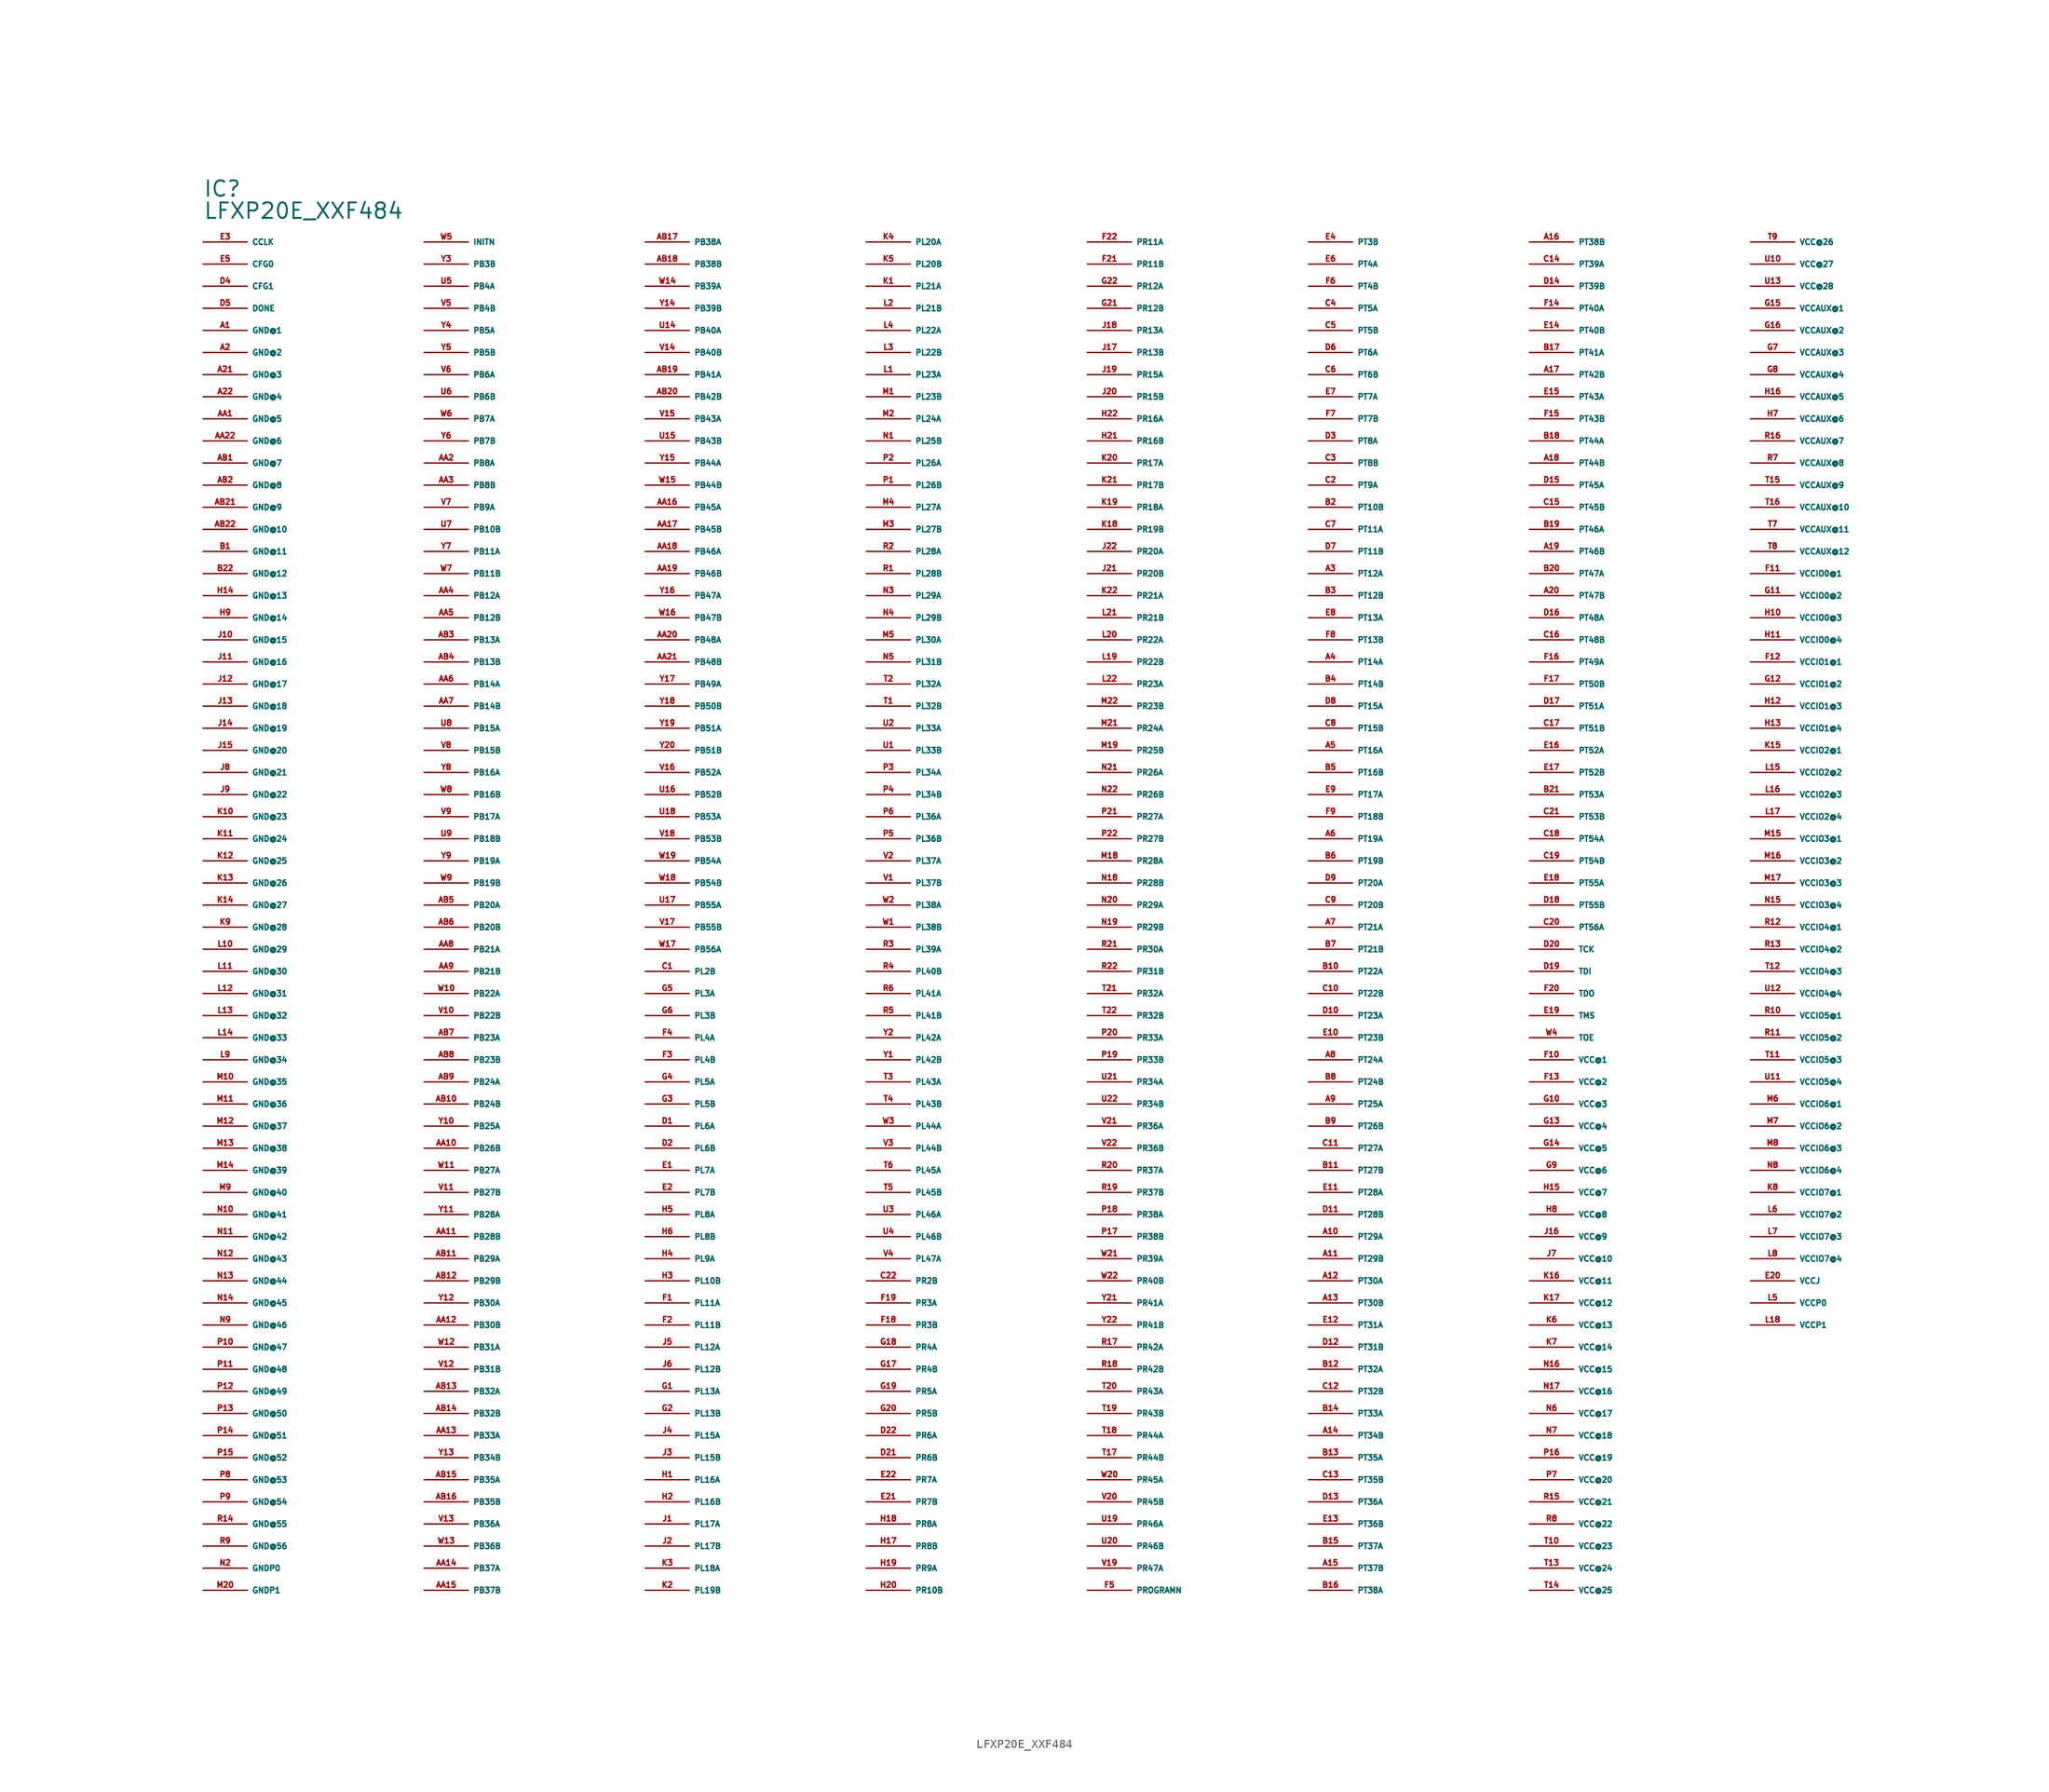
<source format=kicad_sym>
(kicad_symbol_lib
  (version 20220914)
  (generator Eagle2Kicad)
  (symbol "LFXP20E_XXF484"
    (property "Reference" "IC"
      (at -81.28 86.36 0)
      (effects (font (size 1.778 1.778) (thickness 0.22)) (justify left bottom)))
    (property "Value" "LFXP20E_XXF484"
      (at -81.28 83.82 0)
      (effects (font (size 1.778 1.778) (thickness 0.22)) (justify left bottom)))
    (pin bidirectional line
      (at -81.28 81.28 0)
      (length 5.08)
      (name "CCLK" (effects (font (size 0.635 0.635) (thickness 0.08)) (justify left bottom)))
      (number "E3" (effects (font (size 0.635 0.635) (thickness 0.08)) (justify left bottom))))
    (pin input line
      (at -81.28 78.74 0)
      (length 5.08)
      (name "CFG0" (effects (font (size 0.635 0.635) (thickness 0.08)) (justify left bottom)))
      (number "E5" (effects (font (size 0.635 0.635) (thickness 0.08)) (justify left bottom))))
    (pin input line
      (at -81.28 76.2 0)
      (length 5.08)
      (name "CFG1" (effects (font (size 0.635 0.635) (thickness 0.08)) (justify left bottom)))
      (number "D4" (effects (font (size 0.635 0.635) (thickness 0.08)) (justify left bottom))))
    (pin bidirectional line
      (at -81.28 73.66 0)
      (length 5.08)
      (name "DONE" (effects (font (size 0.635 0.635) (thickness 0.08)) (justify left bottom)))
      (number "D5" (effects (font (size 0.635 0.635) (thickness 0.08)) (justify left bottom))))
    (pin unspecified line
      (at -81.28 71.12 0)
      (length 5.08)
      (name "GND@1" (effects (font (size 0.635 0.635) (thickness 0.08)) (justify left bottom)))
      (number "A1" (effects (font (size 0.635 0.635) (thickness 0.08)) (justify left bottom))))
    (pin unspecified line
      (at -81.28 68.58 0)
      (length 5.08)
      (name "GND@2" (effects (font (size 0.635 0.635) (thickness 0.08)) (justify left bottom)))
      (number "A2" (effects (font (size 0.635 0.635) (thickness 0.08)) (justify left bottom))))
    (pin unspecified line
      (at -81.28 66.04 0)
      (length 5.08)
      (name "GND@3" (effects (font (size 0.635 0.635) (thickness 0.08)) (justify left bottom)))
      (number "A21" (effects (font (size 0.635 0.635) (thickness 0.08)) (justify left bottom))))
    (pin unspecified line
      (at -81.28 63.5 0)
      (length 5.08)
      (name "GND@4" (effects (font (size 0.635 0.635) (thickness 0.08)) (justify left bottom)))
      (number "A22" (effects (font (size 0.635 0.635) (thickness 0.08)) (justify left bottom))))
    (pin unspecified line
      (at -81.28 60.96 0)
      (length 5.08)
      (name "GND@5" (effects (font (size 0.635 0.635) (thickness 0.08)) (justify left bottom)))
      (number "AA1" (effects (font (size 0.635 0.635) (thickness 0.08)) (justify left bottom))))
    (pin unspecified line
      (at -81.28 58.42 0)
      (length 5.08)
      (name "GND@6" (effects (font (size 0.635 0.635) (thickness 0.08)) (justify left bottom)))
      (number "AA22" (effects (font (size 0.635 0.635) (thickness 0.08)) (justify left bottom))))
    (pin unspecified line
      (at -81.28 55.88 0)
      (length 5.08)
      (name "GND@7" (effects (font (size 0.635 0.635) (thickness 0.08)) (justify left bottom)))
      (number "AB1" (effects (font (size 0.635 0.635) (thickness 0.08)) (justify left bottom))))
    (pin unspecified line
      (at -81.28 53.34 0)
      (length 5.08)
      (name "GND@8" (effects (font (size 0.635 0.635) (thickness 0.08)) (justify left bottom)))
      (number "AB2" (effects (font (size 0.635 0.635) (thickness 0.08)) (justify left bottom))))
    (pin unspecified line
      (at -81.28 50.8 0)
      (length 5.08)
      (name "GND@9" (effects (font (size 0.635 0.635) (thickness 0.08)) (justify left bottom)))
      (number "AB21" (effects (font (size 0.635 0.635) (thickness 0.08)) (justify left bottom))))
    (pin unspecified line
      (at -81.28 48.26 0)
      (length 5.08)
      (name "GND@10" (effects (font (size 0.635 0.635) (thickness 0.08)) (justify left bottom)))
      (number "AB22" (effects (font (size 0.635 0.635) (thickness 0.08)) (justify left bottom))))
    (pin unspecified line
      (at -81.28 45.72 0)
      (length 5.08)
      (name "GND@11" (effects (font (size 0.635 0.635) (thickness 0.08)) (justify left bottom)))
      (number "B1" (effects (font (size 0.635 0.635) (thickness 0.08)) (justify left bottom))))
    (pin unspecified line
      (at -81.28 43.18 0)
      (length 5.08)
      (name "GND@12" (effects (font (size 0.635 0.635) (thickness 0.08)) (justify left bottom)))
      (number "B22" (effects (font (size 0.635 0.635) (thickness 0.08)) (justify left bottom))))
    (pin unspecified line
      (at -81.28 40.64 0)
      (length 5.08)
      (name "GND@13" (effects (font (size 0.635 0.635) (thickness 0.08)) (justify left bottom)))
      (number "H14" (effects (font (size 0.635 0.635) (thickness 0.08)) (justify left bottom))))
    (pin unspecified line
      (at -81.28 38.1 0)
      (length 5.08)
      (name "GND@14" (effects (font (size 0.635 0.635) (thickness 0.08)) (justify left bottom)))
      (number "H9" (effects (font (size 0.635 0.635) (thickness 0.08)) (justify left bottom))))
    (pin unspecified line
      (at -81.28 35.56 0)
      (length 5.08)
      (name "GND@15" (effects (font (size 0.635 0.635) (thickness 0.08)) (justify left bottom)))
      (number "J10" (effects (font (size 0.635 0.635) (thickness 0.08)) (justify left bottom))))
    (pin unspecified line
      (at -81.28 33.02 0)
      (length 5.08)
      (name "GND@16" (effects (font (size 0.635 0.635) (thickness 0.08)) (justify left bottom)))
      (number "J11" (effects (font (size 0.635 0.635) (thickness 0.08)) (justify left bottom))))
    (pin unspecified line
      (at -81.28 30.48 0)
      (length 5.08)
      (name "GND@17" (effects (font (size 0.635 0.635) (thickness 0.08)) (justify left bottom)))
      (number "J12" (effects (font (size 0.635 0.635) (thickness 0.08)) (justify left bottom))))
    (pin unspecified line
      (at -81.28 27.94 0)
      (length 5.08)
      (name "GND@18" (effects (font (size 0.635 0.635) (thickness 0.08)) (justify left bottom)))
      (number "J13" (effects (font (size 0.635 0.635) (thickness 0.08)) (justify left bottom))))
    (pin unspecified line
      (at -81.28 25.4 0)
      (length 5.08)
      (name "GND@19" (effects (font (size 0.635 0.635) (thickness 0.08)) (justify left bottom)))
      (number "J14" (effects (font (size 0.635 0.635) (thickness 0.08)) (justify left bottom))))
    (pin unspecified line
      (at -81.28 22.86 0)
      (length 5.08)
      (name "GND@20" (effects (font (size 0.635 0.635) (thickness 0.08)) (justify left bottom)))
      (number "J15" (effects (font (size 0.635 0.635) (thickness 0.08)) (justify left bottom))))
    (pin unspecified line
      (at -81.28 20.32 0)
      (length 5.08)
      (name "GND@21" (effects (font (size 0.635 0.635) (thickness 0.08)) (justify left bottom)))
      (number "J8" (effects (font (size 0.635 0.635) (thickness 0.08)) (justify left bottom))))
    (pin unspecified line
      (at -81.28 17.78 0)
      (length 5.08)
      (name "GND@22" (effects (font (size 0.635 0.635) (thickness 0.08)) (justify left bottom)))
      (number "J9" (effects (font (size 0.635 0.635) (thickness 0.08)) (justify left bottom))))
    (pin unspecified line
      (at -81.28 15.24 0)
      (length 5.08)
      (name "GND@23" (effects (font (size 0.635 0.635) (thickness 0.08)) (justify left bottom)))
      (number "K10" (effects (font (size 0.635 0.635) (thickness 0.08)) (justify left bottom))))
    (pin unspecified line
      (at -81.28 12.7 0)
      (length 5.08)
      (name "GND@24" (effects (font (size 0.635 0.635) (thickness 0.08)) (justify left bottom)))
      (number "K11" (effects (font (size 0.635 0.635) (thickness 0.08)) (justify left bottom))))
    (pin unspecified line
      (at -81.28 10.16 0)
      (length 5.08)
      (name "GND@25" (effects (font (size 0.635 0.635) (thickness 0.08)) (justify left bottom)))
      (number "K12" (effects (font (size 0.635 0.635) (thickness 0.08)) (justify left bottom))))
    (pin unspecified line
      (at -81.28 7.62 0)
      (length 5.08)
      (name "GND@26" (effects (font (size 0.635 0.635) (thickness 0.08)) (justify left bottom)))
      (number "K13" (effects (font (size 0.635 0.635) (thickness 0.08)) (justify left bottom))))
    (pin unspecified line
      (at -81.28 5.08 0)
      (length 5.08)
      (name "GND@27" (effects (font (size 0.635 0.635) (thickness 0.08)) (justify left bottom)))
      (number "K14" (effects (font (size 0.635 0.635) (thickness 0.08)) (justify left bottom))))
    (pin unspecified line
      (at -81.28 2.54 0)
      (length 5.08)
      (name "GND@28" (effects (font (size 0.635 0.635) (thickness 0.08)) (justify left bottom)))
      (number "K9" (effects (font (size 0.635 0.635) (thickness 0.08)) (justify left bottom))))
    (pin unspecified line
      (at -81.28 0 0)
      (length 5.08)
      (name "GND@29" (effects (font (size 0.635 0.635) (thickness 0.08)) (justify left bottom)))
      (number "L10" (effects (font (size 0.635 0.635) (thickness 0.08)) (justify left bottom))))
    (pin unspecified line
      (at -81.28 -2.54 0)
      (length 5.08)
      (name "GND@30" (effects (font (size 0.635 0.635) (thickness 0.08)) (justify left bottom)))
      (number "L11" (effects (font (size 0.635 0.635) (thickness 0.08)) (justify left bottom))))
    (pin unspecified line
      (at -81.28 -5.08 0)
      (length 5.08)
      (name "GND@31" (effects (font (size 0.635 0.635) (thickness 0.08)) (justify left bottom)))
      (number "L12" (effects (font (size 0.635 0.635) (thickness 0.08)) (justify left bottom))))
    (pin unspecified line
      (at -81.28 -7.62 0)
      (length 5.08)
      (name "GND@32" (effects (font (size 0.635 0.635) (thickness 0.08)) (justify left bottom)))
      (number "L13" (effects (font (size 0.635 0.635) (thickness 0.08)) (justify left bottom))))
    (pin unspecified line
      (at -81.28 -10.16 0)
      (length 5.08)
      (name "GND@33" (effects (font (size 0.635 0.635) (thickness 0.08)) (justify left bottom)))
      (number "L14" (effects (font (size 0.635 0.635) (thickness 0.08)) (justify left bottom))))
    (pin unspecified line
      (at -81.28 -12.7 0)
      (length 5.08)
      (name "GND@34" (effects (font (size 0.635 0.635) (thickness 0.08)) (justify left bottom)))
      (number "L9" (effects (font (size 0.635 0.635) (thickness 0.08)) (justify left bottom))))
    (pin unspecified line
      (at -81.28 -15.24 0)
      (length 5.08)
      (name "GND@35" (effects (font (size 0.635 0.635) (thickness 0.08)) (justify left bottom)))
      (number "M10" (effects (font (size 0.635 0.635) (thickness 0.08)) (justify left bottom))))
    (pin unspecified line
      (at -81.28 -17.78 0)
      (length 5.08)
      (name "GND@36" (effects (font (size 0.635 0.635) (thickness 0.08)) (justify left bottom)))
      (number "M11" (effects (font (size 0.635 0.635) (thickness 0.08)) (justify left bottom))))
    (pin unspecified line
      (at -81.28 -20.32 0)
      (length 5.08)
      (name "GND@37" (effects (font (size 0.635 0.635) (thickness 0.08)) (justify left bottom)))
      (number "M12" (effects (font (size 0.635 0.635) (thickness 0.08)) (justify left bottom))))
    (pin unspecified line
      (at -81.28 -22.86 0)
      (length 5.08)
      (name "GND@38" (effects (font (size 0.635 0.635) (thickness 0.08)) (justify left bottom)))
      (number "M13" (effects (font (size 0.635 0.635) (thickness 0.08)) (justify left bottom))))
    (pin unspecified line
      (at -81.28 -25.4 0)
      (length 5.08)
      (name "GND@39" (effects (font (size 0.635 0.635) (thickness 0.08)) (justify left bottom)))
      (number "M14" (effects (font (size 0.635 0.635) (thickness 0.08)) (justify left bottom))))
    (pin unspecified line
      (at -81.28 -27.94 0)
      (length 5.08)
      (name "GND@40" (effects (font (size 0.635 0.635) (thickness 0.08)) (justify left bottom)))
      (number "M9" (effects (font (size 0.635 0.635) (thickness 0.08)) (justify left bottom))))
    (pin unspecified line
      (at -81.28 -30.48 0)
      (length 5.08)
      (name "GND@41" (effects (font (size 0.635 0.635) (thickness 0.08)) (justify left bottom)))
      (number "N10" (effects (font (size 0.635 0.635) (thickness 0.08)) (justify left bottom))))
    (pin unspecified line
      (at -81.28 -33.02 0)
      (length 5.08)
      (name "GND@42" (effects (font (size 0.635 0.635) (thickness 0.08)) (justify left bottom)))
      (number "N11" (effects (font (size 0.635 0.635) (thickness 0.08)) (justify left bottom))))
    (pin unspecified line
      (at -81.28 -35.56 0)
      (length 5.08)
      (name "GND@43" (effects (font (size 0.635 0.635) (thickness 0.08)) (justify left bottom)))
      (number "N12" (effects (font (size 0.635 0.635) (thickness 0.08)) (justify left bottom))))
    (pin unspecified line
      (at -81.28 -38.1 0)
      (length 5.08)
      (name "GND@44" (effects (font (size 0.635 0.635) (thickness 0.08)) (justify left bottom)))
      (number "N13" (effects (font (size 0.635 0.635) (thickness 0.08)) (justify left bottom))))
    (pin unspecified line
      (at -81.28 -40.64 0)
      (length 5.08)
      (name "GND@45" (effects (font (size 0.635 0.635) (thickness 0.08)) (justify left bottom)))
      (number "N14" (effects (font (size 0.635 0.635) (thickness 0.08)) (justify left bottom))))
    (pin unspecified line
      (at -81.28 -43.18 0)
      (length 5.08)
      (name "GND@46" (effects (font (size 0.635 0.635) (thickness 0.08)) (justify left bottom)))
      (number "N9" (effects (font (size 0.635 0.635) (thickness 0.08)) (justify left bottom))))
    (pin unspecified line
      (at -81.28 -45.72 0)
      (length 5.08)
      (name "GND@47" (effects (font (size 0.635 0.635) (thickness 0.08)) (justify left bottom)))
      (number "P10" (effects (font (size 0.635 0.635) (thickness 0.08)) (justify left bottom))))
    (pin unspecified line
      (at -81.28 -48.26 0)
      (length 5.08)
      (name "GND@48" (effects (font (size 0.635 0.635) (thickness 0.08)) (justify left bottom)))
      (number "P11" (effects (font (size 0.635 0.635) (thickness 0.08)) (justify left bottom))))
    (pin unspecified line
      (at -81.28 -50.8 0)
      (length 5.08)
      (name "GND@49" (effects (font (size 0.635 0.635) (thickness 0.08)) (justify left bottom)))
      (number "P12" (effects (font (size 0.635 0.635) (thickness 0.08)) (justify left bottom))))
    (pin unspecified line
      (at -81.28 -53.34 0)
      (length 5.08)
      (name "GND@50" (effects (font (size 0.635 0.635) (thickness 0.08)) (justify left bottom)))
      (number "P13" (effects (font (size 0.635 0.635) (thickness 0.08)) (justify left bottom))))
    (pin unspecified line
      (at -81.28 -55.88 0)
      (length 5.08)
      (name "GND@51" (effects (font (size 0.635 0.635) (thickness 0.08)) (justify left bottom)))
      (number "P14" (effects (font (size 0.635 0.635) (thickness 0.08)) (justify left bottom))))
    (pin unspecified line
      (at -81.28 -58.42 0)
      (length 5.08)
      (name "GND@52" (effects (font (size 0.635 0.635) (thickness 0.08)) (justify left bottom)))
      (number "P15" (effects (font (size 0.635 0.635) (thickness 0.08)) (justify left bottom))))
    (pin unspecified line
      (at -81.28 -60.96 0)
      (length 5.08)
      (name "GND@53" (effects (font (size 0.635 0.635) (thickness 0.08)) (justify left bottom)))
      (number "P8" (effects (font (size 0.635 0.635) (thickness 0.08)) (justify left bottom))))
    (pin unspecified line
      (at -81.28 -63.5 0)
      (length 5.08)
      (name "GND@54" (effects (font (size 0.635 0.635) (thickness 0.08)) (justify left bottom)))
      (number "P9" (effects (font (size 0.635 0.635) (thickness 0.08)) (justify left bottom))))
    (pin unspecified line
      (at -81.28 -66.04 0)
      (length 5.08)
      (name "GND@55" (effects (font (size 0.635 0.635) (thickness 0.08)) (justify left bottom)))
      (number "R14" (effects (font (size 0.635 0.635) (thickness 0.08)) (justify left bottom))))
    (pin unspecified line
      (at -81.28 -68.58 0)
      (length 5.08)
      (name "GND@56" (effects (font (size 0.635 0.635) (thickness 0.08)) (justify left bottom)))
      (number "R9" (effects (font (size 0.635 0.635) (thickness 0.08)) (justify left bottom))))
    (pin unspecified line
      (at -81.28 -71.12 0)
      (length 5.08)
      (name "GNDP0" (effects (font (size 0.635 0.635) (thickness 0.08)) (justify left bottom)))
      (number "N2" (effects (font (size 0.635 0.635) (thickness 0.08)) (justify left bottom))))
    (pin unspecified line
      (at -81.28 -73.66 0)
      (length 5.08)
      (name "GNDP1" (effects (font (size 0.635 0.635) (thickness 0.08)) (justify left bottom)))
      (number "M20" (effects (font (size 0.635 0.635) (thickness 0.08)) (justify left bottom))))
    (pin bidirectional line
      (at -55.88 81.28 0)
      (length 5.08)
      (name "INITN" (effects (font (size 0.635 0.635) (thickness 0.08)) (justify left bottom)))
      (number "W5" (effects (font (size 0.635 0.635) (thickness 0.08)) (justify left bottom))))
    (pin bidirectional line
      (at -55.88 78.74 0)
      (length 5.08)
      (name "PB3B" (effects (font (size 0.635 0.635) (thickness 0.08)) (justify left bottom)))
      (number "Y3" (effects (font (size 0.635 0.635) (thickness 0.08)) (justify left bottom))))
    (pin bidirectional line
      (at -55.88 76.2 0)
      (length 5.08)
      (name "PB4A" (effects (font (size 0.635 0.635) (thickness 0.08)) (justify left bottom)))
      (number "U5" (effects (font (size 0.635 0.635) (thickness 0.08)) (justify left bottom))))
    (pin bidirectional line
      (at -55.88 73.66 0)
      (length 5.08)
      (name "PB4B" (effects (font (size 0.635 0.635) (thickness 0.08)) (justify left bottom)))
      (number "V5" (effects (font (size 0.635 0.635) (thickness 0.08)) (justify left bottom))))
    (pin bidirectional line
      (at -55.88 71.12 0)
      (length 5.08)
      (name "PB5A" (effects (font (size 0.635 0.635) (thickness 0.08)) (justify left bottom)))
      (number "Y4" (effects (font (size 0.635 0.635) (thickness 0.08)) (justify left bottom))))
    (pin bidirectional line
      (at -55.88 68.58 0)
      (length 5.08)
      (name "PB5B" (effects (font (size 0.635 0.635) (thickness 0.08)) (justify left bottom)))
      (number "Y5" (effects (font (size 0.635 0.635) (thickness 0.08)) (justify left bottom))))
    (pin bidirectional line
      (at -55.88 66.04 0)
      (length 5.08)
      (name "PB6A" (effects (font (size 0.635 0.635) (thickness 0.08)) (justify left bottom)))
      (number "V6" (effects (font (size 0.635 0.635) (thickness 0.08)) (justify left bottom))))
    (pin bidirectional line
      (at -55.88 63.5 0)
      (length 5.08)
      (name "PB6B" (effects (font (size 0.635 0.635) (thickness 0.08)) (justify left bottom)))
      (number "U6" (effects (font (size 0.635 0.635) (thickness 0.08)) (justify left bottom))))
    (pin bidirectional line
      (at -55.88 60.96 0)
      (length 5.08)
      (name "PB7A" (effects (font (size 0.635 0.635) (thickness 0.08)) (justify left bottom)))
      (number "W6" (effects (font (size 0.635 0.635) (thickness 0.08)) (justify left bottom))))
    (pin bidirectional line
      (at -55.88 58.42 0)
      (length 5.08)
      (name "PB7B" (effects (font (size 0.635 0.635) (thickness 0.08)) (justify left bottom)))
      (number "Y6" (effects (font (size 0.635 0.635) (thickness 0.08)) (justify left bottom))))
    (pin bidirectional line
      (at -55.88 55.88 0)
      (length 5.08)
      (name "PB8A" (effects (font (size 0.635 0.635) (thickness 0.08)) (justify left bottom)))
      (number "AA2" (effects (font (size 0.635 0.635) (thickness 0.08)) (justify left bottom))))
    (pin bidirectional line
      (at -55.88 53.34 0)
      (length 5.08)
      (name "PB8B" (effects (font (size 0.635 0.635) (thickness 0.08)) (justify left bottom)))
      (number "AA3" (effects (font (size 0.635 0.635) (thickness 0.08)) (justify left bottom))))
    (pin bidirectional line
      (at -55.88 50.8 0)
      (length 5.08)
      (name "PB9A" (effects (font (size 0.635 0.635) (thickness 0.08)) (justify left bottom)))
      (number "V7" (effects (font (size 0.635 0.635) (thickness 0.08)) (justify left bottom))))
    (pin bidirectional line
      (at -55.88 48.26 0)
      (length 5.08)
      (name "PB10B" (effects (font (size 0.635 0.635) (thickness 0.08)) (justify left bottom)))
      (number "U7" (effects (font (size 0.635 0.635) (thickness 0.08)) (justify left bottom))))
    (pin bidirectional line
      (at -55.88 45.72 0)
      (length 5.08)
      (name "PB11A" (effects (font (size 0.635 0.635) (thickness 0.08)) (justify left bottom)))
      (number "Y7" (effects (font (size 0.635 0.635) (thickness 0.08)) (justify left bottom))))
    (pin bidirectional line
      (at -55.88 43.18 0)
      (length 5.08)
      (name "PB11B" (effects (font (size 0.635 0.635) (thickness 0.08)) (justify left bottom)))
      (number "W7" (effects (font (size 0.635 0.635) (thickness 0.08)) (justify left bottom))))
    (pin bidirectional line
      (at -55.88 40.64 0)
      (length 5.08)
      (name "PB12A" (effects (font (size 0.635 0.635) (thickness 0.08)) (justify left bottom)))
      (number "AA4" (effects (font (size 0.635 0.635) (thickness 0.08)) (justify left bottom))))
    (pin bidirectional line
      (at -55.88 38.1 0)
      (length 5.08)
      (name "PB12B" (effects (font (size 0.635 0.635) (thickness 0.08)) (justify left bottom)))
      (number "AA5" (effects (font (size 0.635 0.635) (thickness 0.08)) (justify left bottom))))
    (pin bidirectional line
      (at -55.88 35.56 0)
      (length 5.08)
      (name "PB13A" (effects (font (size 0.635 0.635) (thickness 0.08)) (justify left bottom)))
      (number "AB3" (effects (font (size 0.635 0.635) (thickness 0.08)) (justify left bottom))))
    (pin bidirectional line
      (at -55.88 33.02 0)
      (length 5.08)
      (name "PB13B" (effects (font (size 0.635 0.635) (thickness 0.08)) (justify left bottom)))
      (number "AB4" (effects (font (size 0.635 0.635) (thickness 0.08)) (justify left bottom))))
    (pin bidirectional line
      (at -55.88 30.48 0)
      (length 5.08)
      (name "PB14A" (effects (font (size 0.635 0.635) (thickness 0.08)) (justify left bottom)))
      (number "AA6" (effects (font (size 0.635 0.635) (thickness 0.08)) (justify left bottom))))
    (pin bidirectional line
      (at -55.88 27.94 0)
      (length 5.08)
      (name "PB14B" (effects (font (size 0.635 0.635) (thickness 0.08)) (justify left bottom)))
      (number "AA7" (effects (font (size 0.635 0.635) (thickness 0.08)) (justify left bottom))))
    (pin bidirectional line
      (at -55.88 25.4 0)
      (length 5.08)
      (name "PB15A" (effects (font (size 0.635 0.635) (thickness 0.08)) (justify left bottom)))
      (number "U8" (effects (font (size 0.635 0.635) (thickness 0.08)) (justify left bottom))))
    (pin bidirectional line
      (at -55.88 22.86 0)
      (length 5.08)
      (name "PB15B" (effects (font (size 0.635 0.635) (thickness 0.08)) (justify left bottom)))
      (number "V8" (effects (font (size 0.635 0.635) (thickness 0.08)) (justify left bottom))))
    (pin bidirectional line
      (at -55.88 20.32 0)
      (length 5.08)
      (name "PB16A" (effects (font (size 0.635 0.635) (thickness 0.08)) (justify left bottom)))
      (number "Y8" (effects (font (size 0.635 0.635) (thickness 0.08)) (justify left bottom))))
    (pin bidirectional line
      (at -55.88 17.78 0)
      (length 5.08)
      (name "PB16B" (effects (font (size 0.635 0.635) (thickness 0.08)) (justify left bottom)))
      (number "W8" (effects (font (size 0.635 0.635) (thickness 0.08)) (justify left bottom))))
    (pin bidirectional line
      (at -55.88 15.24 0)
      (length 5.08)
      (name "PB17A" (effects (font (size 0.635 0.635) (thickness 0.08)) (justify left bottom)))
      (number "V9" (effects (font (size 0.635 0.635) (thickness 0.08)) (justify left bottom))))
    (pin bidirectional line
      (at -55.88 12.7 0)
      (length 5.08)
      (name "PB18B" (effects (font (size 0.635 0.635) (thickness 0.08)) (justify left bottom)))
      (number "U9" (effects (font (size 0.635 0.635) (thickness 0.08)) (justify left bottom))))
    (pin bidirectional line
      (at -55.88 10.16 0)
      (length 5.08)
      (name "PB19A" (effects (font (size 0.635 0.635) (thickness 0.08)) (justify left bottom)))
      (number "Y9" (effects (font (size 0.635 0.635) (thickness 0.08)) (justify left bottom))))
    (pin bidirectional line
      (at -55.88 7.62 0)
      (length 5.08)
      (name "PB19B" (effects (font (size 0.635 0.635) (thickness 0.08)) (justify left bottom)))
      (number "W9" (effects (font (size 0.635 0.635) (thickness 0.08)) (justify left bottom))))
    (pin bidirectional line
      (at -55.88 5.08 0)
      (length 5.08)
      (name "PB20A" (effects (font (size 0.635 0.635) (thickness 0.08)) (justify left bottom)))
      (number "AB5" (effects (font (size 0.635 0.635) (thickness 0.08)) (justify left bottom))))
    (pin bidirectional line
      (at -55.88 2.54 0)
      (length 5.08)
      (name "PB20B" (effects (font (size 0.635 0.635) (thickness 0.08)) (justify left bottom)))
      (number "AB6" (effects (font (size 0.635 0.635) (thickness 0.08)) (justify left bottom))))
    (pin bidirectional line
      (at -55.88 0 0)
      (length 5.08)
      (name "PB21A" (effects (font (size 0.635 0.635) (thickness 0.08)) (justify left bottom)))
      (number "AA8" (effects (font (size 0.635 0.635) (thickness 0.08)) (justify left bottom))))
    (pin bidirectional line
      (at -55.88 -2.54 0)
      (length 5.08)
      (name "PB21B" (effects (font (size 0.635 0.635) (thickness 0.08)) (justify left bottom)))
      (number "AA9" (effects (font (size 0.635 0.635) (thickness 0.08)) (justify left bottom))))
    (pin bidirectional line
      (at -55.88 -5.08 0)
      (length 5.08)
      (name "PB22A" (effects (font (size 0.635 0.635) (thickness 0.08)) (justify left bottom)))
      (number "W10" (effects (font (size 0.635 0.635) (thickness 0.08)) (justify left bottom))))
    (pin bidirectional line
      (at -55.88 -7.62 0)
      (length 5.08)
      (name "PB22B" (effects (font (size 0.635 0.635) (thickness 0.08)) (justify left bottom)))
      (number "V10" (effects (font (size 0.635 0.635) (thickness 0.08)) (justify left bottom))))
    (pin bidirectional line
      (at -55.88 -10.16 0)
      (length 5.08)
      (name "PB23A" (effects (font (size 0.635 0.635) (thickness 0.08)) (justify left bottom)))
      (number "AB7" (effects (font (size 0.635 0.635) (thickness 0.08)) (justify left bottom))))
    (pin bidirectional line
      (at -55.88 -12.7 0)
      (length 5.08)
      (name "PB23B" (effects (font (size 0.635 0.635) (thickness 0.08)) (justify left bottom)))
      (number "AB8" (effects (font (size 0.635 0.635) (thickness 0.08)) (justify left bottom))))
    (pin bidirectional line
      (at -55.88 -15.24 0)
      (length 5.08)
      (name "PB24A" (effects (font (size 0.635 0.635) (thickness 0.08)) (justify left bottom)))
      (number "AB9" (effects (font (size 0.635 0.635) (thickness 0.08)) (justify left bottom))))
    (pin bidirectional line
      (at -55.88 -17.78 0)
      (length 5.08)
      (name "PB24B" (effects (font (size 0.635 0.635) (thickness 0.08)) (justify left bottom)))
      (number "AB10" (effects (font (size 0.635 0.635) (thickness 0.08)) (justify left bottom))))
    (pin bidirectional line
      (at -55.88 -20.32 0)
      (length 5.08)
      (name "PB25A" (effects (font (size 0.635 0.635) (thickness 0.08)) (justify left bottom)))
      (number "Y10" (effects (font (size 0.635 0.635) (thickness 0.08)) (justify left bottom))))
    (pin bidirectional line
      (at -55.88 -22.86 0)
      (length 5.08)
      (name "PB26B" (effects (font (size 0.635 0.635) (thickness 0.08)) (justify left bottom)))
      (number "AA10" (effects (font (size 0.635 0.635) (thickness 0.08)) (justify left bottom))))
    (pin bidirectional line
      (at -55.88 -25.4 0)
      (length 5.08)
      (name "PB27A" (effects (font (size 0.635 0.635) (thickness 0.08)) (justify left bottom)))
      (number "W11" (effects (font (size 0.635 0.635) (thickness 0.08)) (justify left bottom))))
    (pin bidirectional line
      (at -55.88 -27.94 0)
      (length 5.08)
      (name "PB27B" (effects (font (size 0.635 0.635) (thickness 0.08)) (justify left bottom)))
      (number "V11" (effects (font (size 0.635 0.635) (thickness 0.08)) (justify left bottom))))
    (pin bidirectional line
      (at -55.88 -30.48 0)
      (length 5.08)
      (name "PB28A" (effects (font (size 0.635 0.635) (thickness 0.08)) (justify left bottom)))
      (number "Y11" (effects (font (size 0.635 0.635) (thickness 0.08)) (justify left bottom))))
    (pin bidirectional line
      (at -55.88 -33.02 0)
      (length 5.08)
      (name "PB28B" (effects (font (size 0.635 0.635) (thickness 0.08)) (justify left bottom)))
      (number "AA11" (effects (font (size 0.635 0.635) (thickness 0.08)) (justify left bottom))))
    (pin bidirectional line
      (at -55.88 -35.56 0)
      (length 5.08)
      (name "PB29A" (effects (font (size 0.635 0.635) (thickness 0.08)) (justify left bottom)))
      (number "AB11" (effects (font (size 0.635 0.635) (thickness 0.08)) (justify left bottom))))
    (pin bidirectional line
      (at -55.88 -38.1 0)
      (length 5.08)
      (name "PB29B" (effects (font (size 0.635 0.635) (thickness 0.08)) (justify left bottom)))
      (number "AB12" (effects (font (size 0.635 0.635) (thickness 0.08)) (justify left bottom))))
    (pin bidirectional line
      (at -55.88 -40.64 0)
      (length 5.08)
      (name "PB30A" (effects (font (size 0.635 0.635) (thickness 0.08)) (justify left bottom)))
      (number "Y12" (effects (font (size 0.635 0.635) (thickness 0.08)) (justify left bottom))))
    (pin bidirectional line
      (at -55.88 -43.18 0)
      (length 5.08)
      (name "PB30B" (effects (font (size 0.635 0.635) (thickness 0.08)) (justify left bottom)))
      (number "AA12" (effects (font (size 0.635 0.635) (thickness 0.08)) (justify left bottom))))
    (pin bidirectional line
      (at -55.88 -45.72 0)
      (length 5.08)
      (name "PB31A" (effects (font (size 0.635 0.635) (thickness 0.08)) (justify left bottom)))
      (number "W12" (effects (font (size 0.635 0.635) (thickness 0.08)) (justify left bottom))))
    (pin bidirectional line
      (at -55.88 -48.26 0)
      (length 5.08)
      (name "PB31B" (effects (font (size 0.635 0.635) (thickness 0.08)) (justify left bottom)))
      (number "V12" (effects (font (size 0.635 0.635) (thickness 0.08)) (justify left bottom))))
    (pin bidirectional line
      (at -55.88 -50.8 0)
      (length 5.08)
      (name "PB32A" (effects (font (size 0.635 0.635) (thickness 0.08)) (justify left bottom)))
      (number "AB13" (effects (font (size 0.635 0.635) (thickness 0.08)) (justify left bottom))))
    (pin bidirectional line
      (at -55.88 -53.34 0)
      (length 5.08)
      (name "PB32B" (effects (font (size 0.635 0.635) (thickness 0.08)) (justify left bottom)))
      (number "AB14" (effects (font (size 0.635 0.635) (thickness 0.08)) (justify left bottom))))
    (pin bidirectional line
      (at -55.88 -55.88 0)
      (length 5.08)
      (name "PB33A" (effects (font (size 0.635 0.635) (thickness 0.08)) (justify left bottom)))
      (number "AA13" (effects (font (size 0.635 0.635) (thickness 0.08)) (justify left bottom))))
    (pin bidirectional line
      (at -55.88 -58.42 0)
      (length 5.08)
      (name "PB34B" (effects (font (size 0.635 0.635) (thickness 0.08)) (justify left bottom)))
      (number "Y13" (effects (font (size 0.635 0.635) (thickness 0.08)) (justify left bottom))))
    (pin bidirectional line
      (at -55.88 -60.96 0)
      (length 5.08)
      (name "PB35A" (effects (font (size 0.635 0.635) (thickness 0.08)) (justify left bottom)))
      (number "AB15" (effects (font (size 0.635 0.635) (thickness 0.08)) (justify left bottom))))
    (pin bidirectional line
      (at -55.88 -63.5 0)
      (length 5.08)
      (name "PB35B" (effects (font (size 0.635 0.635) (thickness 0.08)) (justify left bottom)))
      (number "AB16" (effects (font (size 0.635 0.635) (thickness 0.08)) (justify left bottom))))
    (pin bidirectional line
      (at -55.88 -66.04 0)
      (length 5.08)
      (name "PB36A" (effects (font (size 0.635 0.635) (thickness 0.08)) (justify left bottom)))
      (number "V13" (effects (font (size 0.635 0.635) (thickness 0.08)) (justify left bottom))))
    (pin bidirectional line
      (at -55.88 -68.58 0)
      (length 5.08)
      (name "PB36B" (effects (font (size 0.635 0.635) (thickness 0.08)) (justify left bottom)))
      (number "W13" (effects (font (size 0.635 0.635) (thickness 0.08)) (justify left bottom))))
    (pin bidirectional line
      (at -55.88 -71.12 0)
      (length 5.08)
      (name "PB37A" (effects (font (size 0.635 0.635) (thickness 0.08)) (justify left bottom)))
      (number "AA14" (effects (font (size 0.635 0.635) (thickness 0.08)) (justify left bottom))))
    (pin bidirectional line
      (at -55.88 -73.66 0)
      (length 5.08)
      (name "PB37B" (effects (font (size 0.635 0.635) (thickness 0.08)) (justify left bottom)))
      (number "AA15" (effects (font (size 0.635 0.635) (thickness 0.08)) (justify left bottom))))
    (pin bidirectional line
      (at -30.48 81.28 0)
      (length 5.08)
      (name "PB38A" (effects (font (size 0.635 0.635) (thickness 0.08)) (justify left bottom)))
      (number "AB17" (effects (font (size 0.635 0.635) (thickness 0.08)) (justify left bottom))))
    (pin bidirectional line
      (at -30.48 78.74 0)
      (length 5.08)
      (name "PB38B" (effects (font (size 0.635 0.635) (thickness 0.08)) (justify left bottom)))
      (number "AB18" (effects (font (size 0.635 0.635) (thickness 0.08)) (justify left bottom))))
    (pin bidirectional line
      (at -30.48 76.2 0)
      (length 5.08)
      (name "PB39A" (effects (font (size 0.635 0.635) (thickness 0.08)) (justify left bottom)))
      (number "W14" (effects (font (size 0.635 0.635) (thickness 0.08)) (justify left bottom))))
    (pin bidirectional line
      (at -30.48 73.66 0)
      (length 5.08)
      (name "PB39B" (effects (font (size 0.635 0.635) (thickness 0.08)) (justify left bottom)))
      (number "Y14" (effects (font (size 0.635 0.635) (thickness 0.08)) (justify left bottom))))
    (pin bidirectional line
      (at -30.48 71.12 0)
      (length 5.08)
      (name "PB40A" (effects (font (size 0.635 0.635) (thickness 0.08)) (justify left bottom)))
      (number "U14" (effects (font (size 0.635 0.635) (thickness 0.08)) (justify left bottom))))
    (pin bidirectional line
      (at -30.48 68.58 0)
      (length 5.08)
      (name "PB40B" (effects (font (size 0.635 0.635) (thickness 0.08)) (justify left bottom)))
      (number "V14" (effects (font (size 0.635 0.635) (thickness 0.08)) (justify left bottom))))
    (pin bidirectional line
      (at -30.48 66.04 0)
      (length 5.08)
      (name "PB41A" (effects (font (size 0.635 0.635) (thickness 0.08)) (justify left bottom)))
      (number "AB19" (effects (font (size 0.635 0.635) (thickness 0.08)) (justify left bottom))))
    (pin bidirectional line
      (at -30.48 63.5 0)
      (length 5.08)
      (name "PB42B" (effects (font (size 0.635 0.635) (thickness 0.08)) (justify left bottom)))
      (number "AB20" (effects (font (size 0.635 0.635) (thickness 0.08)) (justify left bottom))))
    (pin bidirectional line
      (at -30.48 60.96 0)
      (length 5.08)
      (name "PB43A" (effects (font (size 0.635 0.635) (thickness 0.08)) (justify left bottom)))
      (number "V15" (effects (font (size 0.635 0.635) (thickness 0.08)) (justify left bottom))))
    (pin bidirectional line
      (at -30.48 58.42 0)
      (length 5.08)
      (name "PB43B" (effects (font (size 0.635 0.635) (thickness 0.08)) (justify left bottom)))
      (number "U15" (effects (font (size 0.635 0.635) (thickness 0.08)) (justify left bottom))))
    (pin bidirectional line
      (at -30.48 55.88 0)
      (length 5.08)
      (name "PB44A" (effects (font (size 0.635 0.635) (thickness 0.08)) (justify left bottom)))
      (number "Y15" (effects (font (size 0.635 0.635) (thickness 0.08)) (justify left bottom))))
    (pin bidirectional line
      (at -30.48 53.34 0)
      (length 5.08)
      (name "PB44B" (effects (font (size 0.635 0.635) (thickness 0.08)) (justify left bottom)))
      (number "W15" (effects (font (size 0.635 0.635) (thickness 0.08)) (justify left bottom))))
    (pin bidirectional line
      (at -30.48 50.8 0)
      (length 5.08)
      (name "PB45A" (effects (font (size 0.635 0.635) (thickness 0.08)) (justify left bottom)))
      (number "AA16" (effects (font (size 0.635 0.635) (thickness 0.08)) (justify left bottom))))
    (pin bidirectional line
      (at -30.48 48.26 0)
      (length 5.08)
      (name "PB45B" (effects (font (size 0.635 0.635) (thickness 0.08)) (justify left bottom)))
      (number "AA17" (effects (font (size 0.635 0.635) (thickness 0.08)) (justify left bottom))))
    (pin bidirectional line
      (at -30.48 45.72 0)
      (length 5.08)
      (name "PB46A" (effects (font (size 0.635 0.635) (thickness 0.08)) (justify left bottom)))
      (number "AA18" (effects (font (size 0.635 0.635) (thickness 0.08)) (justify left bottom))))
    (pin bidirectional line
      (at -30.48 43.18 0)
      (length 5.08)
      (name "PB46B" (effects (font (size 0.635 0.635) (thickness 0.08)) (justify left bottom)))
      (number "AA19" (effects (font (size 0.635 0.635) (thickness 0.08)) (justify left bottom))))
    (pin bidirectional line
      (at -30.48 40.64 0)
      (length 5.08)
      (name "PB47A" (effects (font (size 0.635 0.635) (thickness 0.08)) (justify left bottom)))
      (number "Y16" (effects (font (size 0.635 0.635) (thickness 0.08)) (justify left bottom))))
    (pin bidirectional line
      (at -30.48 38.1 0)
      (length 5.08)
      (name "PB47B" (effects (font (size 0.635 0.635) (thickness 0.08)) (justify left bottom)))
      (number "W16" (effects (font (size 0.635 0.635) (thickness 0.08)) (justify left bottom))))
    (pin bidirectional line
      (at -30.48 35.56 0)
      (length 5.08)
      (name "PB48A" (effects (font (size 0.635 0.635) (thickness 0.08)) (justify left bottom)))
      (number "AA20" (effects (font (size 0.635 0.635) (thickness 0.08)) (justify left bottom))))
    (pin bidirectional line
      (at -30.48 33.02 0)
      (length 5.08)
      (name "PB48B" (effects (font (size 0.635 0.635) (thickness 0.08)) (justify left bottom)))
      (number "AA21" (effects (font (size 0.635 0.635) (thickness 0.08)) (justify left bottom))))
    (pin bidirectional line
      (at -30.48 30.48 0)
      (length 5.08)
      (name "PB49A" (effects (font (size 0.635 0.635) (thickness 0.08)) (justify left bottom)))
      (number "Y17" (effects (font (size 0.635 0.635) (thickness 0.08)) (justify left bottom))))
    (pin bidirectional line
      (at -30.48 27.94 0)
      (length 5.08)
      (name "PB50B" (effects (font (size 0.635 0.635) (thickness 0.08)) (justify left bottom)))
      (number "Y18" (effects (font (size 0.635 0.635) (thickness 0.08)) (justify left bottom))))
    (pin bidirectional line
      (at -30.48 25.4 0)
      (length 5.08)
      (name "PB51A" (effects (font (size 0.635 0.635) (thickness 0.08)) (justify left bottom)))
      (number "Y19" (effects (font (size 0.635 0.635) (thickness 0.08)) (justify left bottom))))
    (pin bidirectional line
      (at -30.48 22.86 0)
      (length 5.08)
      (name "PB51B" (effects (font (size 0.635 0.635) (thickness 0.08)) (justify left bottom)))
      (number "Y20" (effects (font (size 0.635 0.635) (thickness 0.08)) (justify left bottom))))
    (pin bidirectional line
      (at -30.48 20.32 0)
      (length 5.08)
      (name "PB52A" (effects (font (size 0.635 0.635) (thickness 0.08)) (justify left bottom)))
      (number "V16" (effects (font (size 0.635 0.635) (thickness 0.08)) (justify left bottom))))
    (pin bidirectional line
      (at -30.48 17.78 0)
      (length 5.08)
      (name "PB52B" (effects (font (size 0.635 0.635) (thickness 0.08)) (justify left bottom)))
      (number "U16" (effects (font (size 0.635 0.635) (thickness 0.08)) (justify left bottom))))
    (pin bidirectional line
      (at -30.48 15.24 0)
      (length 5.08)
      (name "PB53A" (effects (font (size 0.635 0.635) (thickness 0.08)) (justify left bottom)))
      (number "U18" (effects (font (size 0.635 0.635) (thickness 0.08)) (justify left bottom))))
    (pin bidirectional line
      (at -30.48 12.7 0)
      (length 5.08)
      (name "PB53B" (effects (font (size 0.635 0.635) (thickness 0.08)) (justify left bottom)))
      (number "V18" (effects (font (size 0.635 0.635) (thickness 0.08)) (justify left bottom))))
    (pin bidirectional line
      (at -30.48 10.16 0)
      (length 5.08)
      (name "PB54A" (effects (font (size 0.635 0.635) (thickness 0.08)) (justify left bottom)))
      (number "W19" (effects (font (size 0.635 0.635) (thickness 0.08)) (justify left bottom))))
    (pin bidirectional line
      (at -30.48 7.62 0)
      (length 5.08)
      (name "PB54B" (effects (font (size 0.635 0.635) (thickness 0.08)) (justify left bottom)))
      (number "W18" (effects (font (size 0.635 0.635) (thickness 0.08)) (justify left bottom))))
    (pin bidirectional line
      (at -30.48 5.08 0)
      (length 5.08)
      (name "PB55A" (effects (font (size 0.635 0.635) (thickness 0.08)) (justify left bottom)))
      (number "U17" (effects (font (size 0.635 0.635) (thickness 0.08)) (justify left bottom))))
    (pin bidirectional line
      (at -30.48 2.54 0)
      (length 5.08)
      (name "PB55B" (effects (font (size 0.635 0.635) (thickness 0.08)) (justify left bottom)))
      (number "V17" (effects (font (size 0.635 0.635) (thickness 0.08)) (justify left bottom))))
    (pin bidirectional line
      (at -30.48 0 0)
      (length 5.08)
      (name "PB56A" (effects (font (size 0.635 0.635) (thickness 0.08)) (justify left bottom)))
      (number "W17" (effects (font (size 0.635 0.635) (thickness 0.08)) (justify left bottom))))
    (pin bidirectional line
      (at -30.48 -2.54 0)
      (length 5.08)
      (name "PL2B" (effects (font (size 0.635 0.635) (thickness 0.08)) (justify left bottom)))
      (number "C1" (effects (font (size 0.635 0.635) (thickness 0.08)) (justify left bottom))))
    (pin bidirectional line
      (at -30.48 -5.08 0)
      (length 5.08)
      (name "PL3A" (effects (font (size 0.635 0.635) (thickness 0.08)) (justify left bottom)))
      (number "G5" (effects (font (size 0.635 0.635) (thickness 0.08)) (justify left bottom))))
    (pin bidirectional line
      (at -30.48 -7.62 0)
      (length 5.08)
      (name "PL3B" (effects (font (size 0.635 0.635) (thickness 0.08)) (justify left bottom)))
      (number "G6" (effects (font (size 0.635 0.635) (thickness 0.08)) (justify left bottom))))
    (pin bidirectional line
      (at -30.48 -10.16 0)
      (length 5.08)
      (name "PL4A" (effects (font (size 0.635 0.635) (thickness 0.08)) (justify left bottom)))
      (number "F4" (effects (font (size 0.635 0.635) (thickness 0.08)) (justify left bottom))))
    (pin bidirectional line
      (at -30.48 -12.7 0)
      (length 5.08)
      (name "PL4B" (effects (font (size 0.635 0.635) (thickness 0.08)) (justify left bottom)))
      (number "F3" (effects (font (size 0.635 0.635) (thickness 0.08)) (justify left bottom))))
    (pin bidirectional line
      (at -30.48 -15.24 0)
      (length 5.08)
      (name "PL5A" (effects (font (size 0.635 0.635) (thickness 0.08)) (justify left bottom)))
      (number "G4" (effects (font (size 0.635 0.635) (thickness 0.08)) (justify left bottom))))
    (pin bidirectional line
      (at -30.48 -17.78 0)
      (length 5.08)
      (name "PL5B" (effects (font (size 0.635 0.635) (thickness 0.08)) (justify left bottom)))
      (number "G3" (effects (font (size 0.635 0.635) (thickness 0.08)) (justify left bottom))))
    (pin bidirectional line
      (at -30.48 -20.32 0)
      (length 5.08)
      (name "PL6A" (effects (font (size 0.635 0.635) (thickness 0.08)) (justify left bottom)))
      (number "D1" (effects (font (size 0.635 0.635) (thickness 0.08)) (justify left bottom))))
    (pin bidirectional line
      (at -30.48 -22.86 0)
      (length 5.08)
      (name "PL6B" (effects (font (size 0.635 0.635) (thickness 0.08)) (justify left bottom)))
      (number "D2" (effects (font (size 0.635 0.635) (thickness 0.08)) (justify left bottom))))
    (pin bidirectional line
      (at -30.48 -25.4 0)
      (length 5.08)
      (name "PL7A" (effects (font (size 0.635 0.635) (thickness 0.08)) (justify left bottom)))
      (number "E1" (effects (font (size 0.635 0.635) (thickness 0.08)) (justify left bottom))))
    (pin bidirectional line
      (at -30.48 -27.94 0)
      (length 5.08)
      (name "PL7B" (effects (font (size 0.635 0.635) (thickness 0.08)) (justify left bottom)))
      (number "E2" (effects (font (size 0.635 0.635) (thickness 0.08)) (justify left bottom))))
    (pin bidirectional line
      (at -30.48 -30.48 0)
      (length 5.08)
      (name "PL8A" (effects (font (size 0.635 0.635) (thickness 0.08)) (justify left bottom)))
      (number "H5" (effects (font (size 0.635 0.635) (thickness 0.08)) (justify left bottom))))
    (pin bidirectional line
      (at -30.48 -33.02 0)
      (length 5.08)
      (name "PL8B" (effects (font (size 0.635 0.635) (thickness 0.08)) (justify left bottom)))
      (number "H6" (effects (font (size 0.635 0.635) (thickness 0.08)) (justify left bottom))))
    (pin bidirectional line
      (at -30.48 -35.56 0)
      (length 5.08)
      (name "PL9A" (effects (font (size 0.635 0.635) (thickness 0.08)) (justify left bottom)))
      (number "H4" (effects (font (size 0.635 0.635) (thickness 0.08)) (justify left bottom))))
    (pin bidirectional line
      (at -30.48 -38.1 0)
      (length 5.08)
      (name "PL10B" (effects (font (size 0.635 0.635) (thickness 0.08)) (justify left bottom)))
      (number "H3" (effects (font (size 0.635 0.635) (thickness 0.08)) (justify left bottom))))
    (pin bidirectional line
      (at -30.48 -40.64 0)
      (length 5.08)
      (name "PL11A" (effects (font (size 0.635 0.635) (thickness 0.08)) (justify left bottom)))
      (number "F1" (effects (font (size 0.635 0.635) (thickness 0.08)) (justify left bottom))))
    (pin bidirectional line
      (at -30.48 -43.18 0)
      (length 5.08)
      (name "PL11B" (effects (font (size 0.635 0.635) (thickness 0.08)) (justify left bottom)))
      (number "F2" (effects (font (size 0.635 0.635) (thickness 0.08)) (justify left bottom))))
    (pin bidirectional line
      (at -30.48 -45.72 0)
      (length 5.08)
      (name "PL12A" (effects (font (size 0.635 0.635) (thickness 0.08)) (justify left bottom)))
      (number "J5" (effects (font (size 0.635 0.635) (thickness 0.08)) (justify left bottom))))
    (pin bidirectional line
      (at -30.48 -48.26 0)
      (length 5.08)
      (name "PL12B" (effects (font (size 0.635 0.635) (thickness 0.08)) (justify left bottom)))
      (number "J6" (effects (font (size 0.635 0.635) (thickness 0.08)) (justify left bottom))))
    (pin bidirectional line
      (at -30.48 -50.8 0)
      (length 5.08)
      (name "PL13A" (effects (font (size 0.635 0.635) (thickness 0.08)) (justify left bottom)))
      (number "G1" (effects (font (size 0.635 0.635) (thickness 0.08)) (justify left bottom))))
    (pin bidirectional line
      (at -30.48 -53.34 0)
      (length 5.08)
      (name "PL13B" (effects (font (size 0.635 0.635) (thickness 0.08)) (justify left bottom)))
      (number "G2" (effects (font (size 0.635 0.635) (thickness 0.08)) (justify left bottom))))
    (pin bidirectional line
      (at -30.48 -55.88 0)
      (length 5.08)
      (name "PL15A" (effects (font (size 0.635 0.635) (thickness 0.08)) (justify left bottom)))
      (number "J4" (effects (font (size 0.635 0.635) (thickness 0.08)) (justify left bottom))))
    (pin bidirectional line
      (at -30.48 -58.42 0)
      (length 5.08)
      (name "PL15B" (effects (font (size 0.635 0.635) (thickness 0.08)) (justify left bottom)))
      (number "J3" (effects (font (size 0.635 0.635) (thickness 0.08)) (justify left bottom))))
    (pin bidirectional line
      (at -30.48 -60.96 0)
      (length 5.08)
      (name "PL16A" (effects (font (size 0.635 0.635) (thickness 0.08)) (justify left bottom)))
      (number "H1" (effects (font (size 0.635 0.635) (thickness 0.08)) (justify left bottom))))
    (pin bidirectional line
      (at -30.48 -63.5 0)
      (length 5.08)
      (name "PL16B" (effects (font (size 0.635 0.635) (thickness 0.08)) (justify left bottom)))
      (number "H2" (effects (font (size 0.635 0.635) (thickness 0.08)) (justify left bottom))))
    (pin bidirectional line
      (at -30.48 -66.04 0)
      (length 5.08)
      (name "PL17A" (effects (font (size 0.635 0.635) (thickness 0.08)) (justify left bottom)))
      (number "J1" (effects (font (size 0.635 0.635) (thickness 0.08)) (justify left bottom))))
    (pin bidirectional line
      (at -30.48 -68.58 0)
      (length 5.08)
      (name "PL17B" (effects (font (size 0.635 0.635) (thickness 0.08)) (justify left bottom)))
      (number "J2" (effects (font (size 0.635 0.635) (thickness 0.08)) (justify left bottom))))
    (pin bidirectional line
      (at -30.48 -71.12 0)
      (length 5.08)
      (name "PL18A" (effects (font (size 0.635 0.635) (thickness 0.08)) (justify left bottom)))
      (number "K3" (effects (font (size 0.635 0.635) (thickness 0.08)) (justify left bottom))))
    (pin bidirectional line
      (at -30.48 -73.66 0)
      (length 5.08)
      (name "PL19B" (effects (font (size 0.635 0.635) (thickness 0.08)) (justify left bottom)))
      (number "K2" (effects (font (size 0.635 0.635) (thickness 0.08)) (justify left bottom))))
    (pin bidirectional line
      (at -5.08 81.28 0)
      (length 5.08)
      (name "PL20A" (effects (font (size 0.635 0.635) (thickness 0.08)) (justify left bottom)))
      (number "K4" (effects (font (size 0.635 0.635) (thickness 0.08)) (justify left bottom))))
    (pin bidirectional line
      (at -5.08 78.74 0)
      (length 5.08)
      (name "PL20B" (effects (font (size 0.635 0.635) (thickness 0.08)) (justify left bottom)))
      (number "K5" (effects (font (size 0.635 0.635) (thickness 0.08)) (justify left bottom))))
    (pin bidirectional line
      (at -5.08 76.2 0)
      (length 5.08)
      (name "PL21A" (effects (font (size 0.635 0.635) (thickness 0.08)) (justify left bottom)))
      (number "K1" (effects (font (size 0.635 0.635) (thickness 0.08)) (justify left bottom))))
    (pin bidirectional line
      (at -5.08 73.66 0)
      (length 5.08)
      (name "PL21B" (effects (font (size 0.635 0.635) (thickness 0.08)) (justify left bottom)))
      (number "L2" (effects (font (size 0.635 0.635) (thickness 0.08)) (justify left bottom))))
    (pin bidirectional line
      (at -5.08 71.12 0)
      (length 5.08)
      (name "PL22A" (effects (font (size 0.635 0.635) (thickness 0.08)) (justify left bottom)))
      (number "L4" (effects (font (size 0.635 0.635) (thickness 0.08)) (justify left bottom))))
    (pin bidirectional line
      (at -5.08 68.58 0)
      (length 5.08)
      (name "PL22B" (effects (font (size 0.635 0.635) (thickness 0.08)) (justify left bottom)))
      (number "L3" (effects (font (size 0.635 0.635) (thickness 0.08)) (justify left bottom))))
    (pin bidirectional line
      (at -5.08 66.04 0)
      (length 5.08)
      (name "PL23A" (effects (font (size 0.635 0.635) (thickness 0.08)) (justify left bottom)))
      (number "L1" (effects (font (size 0.635 0.635) (thickness 0.08)) (justify left bottom))))
    (pin bidirectional line
      (at -5.08 63.5 0)
      (length 5.08)
      (name "PL23B" (effects (font (size 0.635 0.635) (thickness 0.08)) (justify left bottom)))
      (number "M1" (effects (font (size 0.635 0.635) (thickness 0.08)) (justify left bottom))))
    (pin bidirectional line
      (at -5.08 60.96 0)
      (length 5.08)
      (name "PL24A" (effects (font (size 0.635 0.635) (thickness 0.08)) (justify left bottom)))
      (number "M2" (effects (font (size 0.635 0.635) (thickness 0.08)) (justify left bottom))))
    (pin bidirectional line
      (at -5.08 58.42 0)
      (length 5.08)
      (name "PL25B" (effects (font (size 0.635 0.635) (thickness 0.08)) (justify left bottom)))
      (number "N1" (effects (font (size 0.635 0.635) (thickness 0.08)) (justify left bottom))))
    (pin bidirectional line
      (at -5.08 55.88 0)
      (length 5.08)
      (name "PL26A" (effects (font (size 0.635 0.635) (thickness 0.08)) (justify left bottom)))
      (number "P2" (effects (font (size 0.635 0.635) (thickness 0.08)) (justify left bottom))))
    (pin bidirectional line
      (at -5.08 53.34 0)
      (length 5.08)
      (name "PL26B" (effects (font (size 0.635 0.635) (thickness 0.08)) (justify left bottom)))
      (number "P1" (effects (font (size 0.635 0.635) (thickness 0.08)) (justify left bottom))))
    (pin bidirectional line
      (at -5.08 50.8 0)
      (length 5.08)
      (name "PL27A" (effects (font (size 0.635 0.635) (thickness 0.08)) (justify left bottom)))
      (number "M4" (effects (font (size 0.635 0.635) (thickness 0.08)) (justify left bottom))))
    (pin bidirectional line
      (at -5.08 48.26 0)
      (length 5.08)
      (name "PL27B" (effects (font (size 0.635 0.635) (thickness 0.08)) (justify left bottom)))
      (number "M3" (effects (font (size 0.635 0.635) (thickness 0.08)) (justify left bottom))))
    (pin bidirectional line
      (at -5.08 45.72 0)
      (length 5.08)
      (name "PL28A" (effects (font (size 0.635 0.635) (thickness 0.08)) (justify left bottom)))
      (number "R2" (effects (font (size 0.635 0.635) (thickness 0.08)) (justify left bottom))))
    (pin bidirectional line
      (at -5.08 43.18 0)
      (length 5.08)
      (name "PL28B" (effects (font (size 0.635 0.635) (thickness 0.08)) (justify left bottom)))
      (number "R1" (effects (font (size 0.635 0.635) (thickness 0.08)) (justify left bottom))))
    (pin bidirectional line
      (at -5.08 40.64 0)
      (length 5.08)
      (name "PL29A" (effects (font (size 0.635 0.635) (thickness 0.08)) (justify left bottom)))
      (number "N3" (effects (font (size 0.635 0.635) (thickness 0.08)) (justify left bottom))))
    (pin bidirectional line
      (at -5.08 38.1 0)
      (length 5.08)
      (name "PL29B" (effects (font (size 0.635 0.635) (thickness 0.08)) (justify left bottom)))
      (number "N4" (effects (font (size 0.635 0.635) (thickness 0.08)) (justify left bottom))))
    (pin bidirectional line
      (at -5.08 35.56 0)
      (length 5.08)
      (name "PL30A" (effects (font (size 0.635 0.635) (thickness 0.08)) (justify left bottom)))
      (number "M5" (effects (font (size 0.635 0.635) (thickness 0.08)) (justify left bottom))))
    (pin bidirectional line
      (at -5.08 33.02 0)
      (length 5.08)
      (name "PL31B" (effects (font (size 0.635 0.635) (thickness 0.08)) (justify left bottom)))
      (number "N5" (effects (font (size 0.635 0.635) (thickness 0.08)) (justify left bottom))))
    (pin bidirectional line
      (at -5.08 30.48 0)
      (length 5.08)
      (name "PL32A" (effects (font (size 0.635 0.635) (thickness 0.08)) (justify left bottom)))
      (number "T2" (effects (font (size 0.635 0.635) (thickness 0.08)) (justify left bottom))))
    (pin bidirectional line
      (at -5.08 27.94 0)
      (length 5.08)
      (name "PL32B" (effects (font (size 0.635 0.635) (thickness 0.08)) (justify left bottom)))
      (number "T1" (effects (font (size 0.635 0.635) (thickness 0.08)) (justify left bottom))))
    (pin bidirectional line
      (at -5.08 25.4 0)
      (length 5.08)
      (name "PL33A" (effects (font (size 0.635 0.635) (thickness 0.08)) (justify left bottom)))
      (number "U2" (effects (font (size 0.635 0.635) (thickness 0.08)) (justify left bottom))))
    (pin bidirectional line
      (at -5.08 22.86 0)
      (length 5.08)
      (name "PL33B" (effects (font (size 0.635 0.635) (thickness 0.08)) (justify left bottom)))
      (number "U1" (effects (font (size 0.635 0.635) (thickness 0.08)) (justify left bottom))))
    (pin bidirectional line
      (at -5.08 20.32 0)
      (length 5.08)
      (name "PL34A" (effects (font (size 0.635 0.635) (thickness 0.08)) (justify left bottom)))
      (number "P3" (effects (font (size 0.635 0.635) (thickness 0.08)) (justify left bottom))))
    (pin bidirectional line
      (at -5.08 17.78 0)
      (length 5.08)
      (name "PL34B" (effects (font (size 0.635 0.635) (thickness 0.08)) (justify left bottom)))
      (number "P4" (effects (font (size 0.635 0.635) (thickness 0.08)) (justify left bottom))))
    (pin bidirectional line
      (at -5.08 15.24 0)
      (length 5.08)
      (name "PL36A" (effects (font (size 0.635 0.635) (thickness 0.08)) (justify left bottom)))
      (number "P6" (effects (font (size 0.635 0.635) (thickness 0.08)) (justify left bottom))))
    (pin bidirectional line
      (at -5.08 12.7 0)
      (length 5.08)
      (name "PL36B" (effects (font (size 0.635 0.635) (thickness 0.08)) (justify left bottom)))
      (number "P5" (effects (font (size 0.635 0.635) (thickness 0.08)) (justify left bottom))))
    (pin bidirectional line
      (at -5.08 10.16 0)
      (length 5.08)
      (name "PL37A" (effects (font (size 0.635 0.635) (thickness 0.08)) (justify left bottom)))
      (number "V2" (effects (font (size 0.635 0.635) (thickness 0.08)) (justify left bottom))))
    (pin bidirectional line
      (at -5.08 7.62 0)
      (length 5.08)
      (name "PL37B" (effects (font (size 0.635 0.635) (thickness 0.08)) (justify left bottom)))
      (number "V1" (effects (font (size 0.635 0.635) (thickness 0.08)) (justify left bottom))))
    (pin bidirectional line
      (at -5.08 5.08 0)
      (length 5.08)
      (name "PL38A" (effects (font (size 0.635 0.635) (thickness 0.08)) (justify left bottom)))
      (number "W2" (effects (font (size 0.635 0.635) (thickness 0.08)) (justify left bottom))))
    (pin bidirectional line
      (at -5.08 2.54 0)
      (length 5.08)
      (name "PL38B" (effects (font (size 0.635 0.635) (thickness 0.08)) (justify left bottom)))
      (number "W1" (effects (font (size 0.635 0.635) (thickness 0.08)) (justify left bottom))))
    (pin bidirectional line
      (at -5.08 0 0)
      (length 5.08)
      (name "PL39A" (effects (font (size 0.635 0.635) (thickness 0.08)) (justify left bottom)))
      (number "R3" (effects (font (size 0.635 0.635) (thickness 0.08)) (justify left bottom))))
    (pin bidirectional line
      (at -5.08 -2.54 0)
      (length 5.08)
      (name "PL40B" (effects (font (size 0.635 0.635) (thickness 0.08)) (justify left bottom)))
      (number "R4" (effects (font (size 0.635 0.635) (thickness 0.08)) (justify left bottom))))
    (pin bidirectional line
      (at -5.08 -5.08 0)
      (length 5.08)
      (name "PL41A" (effects (font (size 0.635 0.635) (thickness 0.08)) (justify left bottom)))
      (number "R6" (effects (font (size 0.635 0.635) (thickness 0.08)) (justify left bottom))))
    (pin bidirectional line
      (at -5.08 -7.62 0)
      (length 5.08)
      (name "PL41B" (effects (font (size 0.635 0.635) (thickness 0.08)) (justify left bottom)))
      (number "R5" (effects (font (size 0.635 0.635) (thickness 0.08)) (justify left bottom))))
    (pin bidirectional line
      (at -5.08 -10.16 0)
      (length 5.08)
      (name "PL42A" (effects (font (size 0.635 0.635) (thickness 0.08)) (justify left bottom)))
      (number "Y2" (effects (font (size 0.635 0.635) (thickness 0.08)) (justify left bottom))))
    (pin bidirectional line
      (at -5.08 -12.7 0)
      (length 5.08)
      (name "PL42B" (effects (font (size 0.635 0.635) (thickness 0.08)) (justify left bottom)))
      (number "Y1" (effects (font (size 0.635 0.635) (thickness 0.08)) (justify left bottom))))
    (pin bidirectional line
      (at -5.08 -15.24 0)
      (length 5.08)
      (name "PL43A" (effects (font (size 0.635 0.635) (thickness 0.08)) (justify left bottom)))
      (number "T3" (effects (font (size 0.635 0.635) (thickness 0.08)) (justify left bottom))))
    (pin bidirectional line
      (at -5.08 -17.78 0)
      (length 5.08)
      (name "PL43B" (effects (font (size 0.635 0.635) (thickness 0.08)) (justify left bottom)))
      (number "T4" (effects (font (size 0.635 0.635) (thickness 0.08)) (justify left bottom))))
    (pin bidirectional line
      (at -5.08 -20.32 0)
      (length 5.08)
      (name "PL44A" (effects (font (size 0.635 0.635) (thickness 0.08)) (justify left bottom)))
      (number "W3" (effects (font (size 0.635 0.635) (thickness 0.08)) (justify left bottom))))
    (pin bidirectional line
      (at -5.08 -22.86 0)
      (length 5.08)
      (name "PL44B" (effects (font (size 0.635 0.635) (thickness 0.08)) (justify left bottom)))
      (number "V3" (effects (font (size 0.635 0.635) (thickness 0.08)) (justify left bottom))))
    (pin bidirectional line
      (at -5.08 -25.4 0)
      (length 5.08)
      (name "PL45A" (effects (font (size 0.635 0.635) (thickness 0.08)) (justify left bottom)))
      (number "T6" (effects (font (size 0.635 0.635) (thickness 0.08)) (justify left bottom))))
    (pin bidirectional line
      (at -5.08 -27.94 0)
      (length 5.08)
      (name "PL45B" (effects (font (size 0.635 0.635) (thickness 0.08)) (justify left bottom)))
      (number "T5" (effects (font (size 0.635 0.635) (thickness 0.08)) (justify left bottom))))
    (pin bidirectional line
      (at -5.08 -30.48 0)
      (length 5.08)
      (name "PL46A" (effects (font (size 0.635 0.635) (thickness 0.08)) (justify left bottom)))
      (number "U3" (effects (font (size 0.635 0.635) (thickness 0.08)) (justify left bottom))))
    (pin bidirectional line
      (at -5.08 -33.02 0)
      (length 5.08)
      (name "PL46B" (effects (font (size 0.635 0.635) (thickness 0.08)) (justify left bottom)))
      (number "U4" (effects (font (size 0.635 0.635) (thickness 0.08)) (justify left bottom))))
    (pin bidirectional line
      (at -5.08 -35.56 0)
      (length 5.08)
      (name "PL47A" (effects (font (size 0.635 0.635) (thickness 0.08)) (justify left bottom)))
      (number "V4" (effects (font (size 0.635 0.635) (thickness 0.08)) (justify left bottom))))
    (pin bidirectional line
      (at -5.08 -38.1 0)
      (length 5.08)
      (name "PR2B" (effects (font (size 0.635 0.635) (thickness 0.08)) (justify left bottom)))
      (number "C22" (effects (font (size 0.635 0.635) (thickness 0.08)) (justify left bottom))))
    (pin bidirectional line
      (at -5.08 -40.64 0)
      (length 5.08)
      (name "PR3A" (effects (font (size 0.635 0.635) (thickness 0.08)) (justify left bottom)))
      (number "F19" (effects (font (size 0.635 0.635) (thickness 0.08)) (justify left bottom))))
    (pin bidirectional line
      (at -5.08 -43.18 0)
      (length 5.08)
      (name "PR3B" (effects (font (size 0.635 0.635) (thickness 0.08)) (justify left bottom)))
      (number "F18" (effects (font (size 0.635 0.635) (thickness 0.08)) (justify left bottom))))
    (pin bidirectional line
      (at -5.08 -45.72 0)
      (length 5.08)
      (name "PR4A" (effects (font (size 0.635 0.635) (thickness 0.08)) (justify left bottom)))
      (number "G18" (effects (font (size 0.635 0.635) (thickness 0.08)) (justify left bottom))))
    (pin bidirectional line
      (at -5.08 -48.26 0)
      (length 5.08)
      (name "PR4B" (effects (font (size 0.635 0.635) (thickness 0.08)) (justify left bottom)))
      (number "G17" (effects (font (size 0.635 0.635) (thickness 0.08)) (justify left bottom))))
    (pin bidirectional line
      (at -5.08 -50.8 0)
      (length 5.08)
      (name "PR5A" (effects (font (size 0.635 0.635) (thickness 0.08)) (justify left bottom)))
      (number "G19" (effects (font (size 0.635 0.635) (thickness 0.08)) (justify left bottom))))
    (pin bidirectional line
      (at -5.08 -53.34 0)
      (length 5.08)
      (name "PR5B" (effects (font (size 0.635 0.635) (thickness 0.08)) (justify left bottom)))
      (number "G20" (effects (font (size 0.635 0.635) (thickness 0.08)) (justify left bottom))))
    (pin bidirectional line
      (at -5.08 -55.88 0)
      (length 5.08)
      (name "PR6A" (effects (font (size 0.635 0.635) (thickness 0.08)) (justify left bottom)))
      (number "D22" (effects (font (size 0.635 0.635) (thickness 0.08)) (justify left bottom))))
    (pin bidirectional line
      (at -5.08 -58.42 0)
      (length 5.08)
      (name "PR6B" (effects (font (size 0.635 0.635) (thickness 0.08)) (justify left bottom)))
      (number "D21" (effects (font (size 0.635 0.635) (thickness 0.08)) (justify left bottom))))
    (pin bidirectional line
      (at -5.08 -60.96 0)
      (length 5.08)
      (name "PR7A" (effects (font (size 0.635 0.635) (thickness 0.08)) (justify left bottom)))
      (number "E22" (effects (font (size 0.635 0.635) (thickness 0.08)) (justify left bottom))))
    (pin bidirectional line
      (at -5.08 -63.5 0)
      (length 5.08)
      (name "PR7B" (effects (font (size 0.635 0.635) (thickness 0.08)) (justify left bottom)))
      (number "E21" (effects (font (size 0.635 0.635) (thickness 0.08)) (justify left bottom))))
    (pin bidirectional line
      (at -5.08 -66.04 0)
      (length 5.08)
      (name "PR8A" (effects (font (size 0.635 0.635) (thickness 0.08)) (justify left bottom)))
      (number "H18" (effects (font (size 0.635 0.635) (thickness 0.08)) (justify left bottom))))
    (pin bidirectional line
      (at -5.08 -68.58 0)
      (length 5.08)
      (name "PR8B" (effects (font (size 0.635 0.635) (thickness 0.08)) (justify left bottom)))
      (number "H17" (effects (font (size 0.635 0.635) (thickness 0.08)) (justify left bottom))))
    (pin bidirectional line
      (at -5.08 -71.12 0)
      (length 5.08)
      (name "PR9A" (effects (font (size 0.635 0.635) (thickness 0.08)) (justify left bottom)))
      (number "H19" (effects (font (size 0.635 0.635) (thickness 0.08)) (justify left bottom))))
    (pin bidirectional line
      (at -5.08 -73.66 0)
      (length 5.08)
      (name "PR10B" (effects (font (size 0.635 0.635) (thickness 0.08)) (justify left bottom)))
      (number "H20" (effects (font (size 0.635 0.635) (thickness 0.08)) (justify left bottom))))
    (pin bidirectional line
      (at 20.32 81.28 0)
      (length 5.08)
      (name "PR11A" (effects (font (size 0.635 0.635) (thickness 0.08)) (justify left bottom)))
      (number "F22" (effects (font (size 0.635 0.635) (thickness 0.08)) (justify left bottom))))
    (pin bidirectional line
      (at 20.32 78.74 0)
      (length 5.08)
      (name "PR11B" (effects (font (size 0.635 0.635) (thickness 0.08)) (justify left bottom)))
      (number "F21" (effects (font (size 0.635 0.635) (thickness 0.08)) (justify left bottom))))
    (pin bidirectional line
      (at 20.32 76.2 0)
      (length 5.08)
      (name "PR12A" (effects (font (size 0.635 0.635) (thickness 0.08)) (justify left bottom)))
      (number "G22" (effects (font (size 0.635 0.635) (thickness 0.08)) (justify left bottom))))
    (pin bidirectional line
      (at 20.32 73.66 0)
      (length 5.08)
      (name "PR12B" (effects (font (size 0.635 0.635) (thickness 0.08)) (justify left bottom)))
      (number "G21" (effects (font (size 0.635 0.635) (thickness 0.08)) (justify left bottom))))
    (pin bidirectional line
      (at 20.32 71.12 0)
      (length 5.08)
      (name "PR13A" (effects (font (size 0.635 0.635) (thickness 0.08)) (justify left bottom)))
      (number "J18" (effects (font (size 0.635 0.635) (thickness 0.08)) (justify left bottom))))
    (pin bidirectional line
      (at 20.32 68.58 0)
      (length 5.08)
      (name "PR13B" (effects (font (size 0.635 0.635) (thickness 0.08)) (justify left bottom)))
      (number "J17" (effects (font (size 0.635 0.635) (thickness 0.08)) (justify left bottom))))
    (pin bidirectional line
      (at 20.32 66.04 0)
      (length 5.08)
      (name "PR15A" (effects (font (size 0.635 0.635) (thickness 0.08)) (justify left bottom)))
      (number "J19" (effects (font (size 0.635 0.635) (thickness 0.08)) (justify left bottom))))
    (pin bidirectional line
      (at 20.32 63.5 0)
      (length 5.08)
      (name "PR15B" (effects (font (size 0.635 0.635) (thickness 0.08)) (justify left bottom)))
      (number "J20" (effects (font (size 0.635 0.635) (thickness 0.08)) (justify left bottom))))
    (pin bidirectional line
      (at 20.32 60.96 0)
      (length 5.08)
      (name "PR16A" (effects (font (size 0.635 0.635) (thickness 0.08)) (justify left bottom)))
      (number "H22" (effects (font (size 0.635 0.635) (thickness 0.08)) (justify left bottom))))
    (pin bidirectional line
      (at 20.32 58.42 0)
      (length 5.08)
      (name "PR16B" (effects (font (size 0.635 0.635) (thickness 0.08)) (justify left bottom)))
      (number "H21" (effects (font (size 0.635 0.635) (thickness 0.08)) (justify left bottom))))
    (pin bidirectional line
      (at 20.32 55.88 0)
      (length 5.08)
      (name "PR17A" (effects (font (size 0.635 0.635) (thickness 0.08)) (justify left bottom)))
      (number "K20" (effects (font (size 0.635 0.635) (thickness 0.08)) (justify left bottom))))
    (pin bidirectional line
      (at 20.32 53.34 0)
      (length 5.08)
      (name "PR17B" (effects (font (size 0.635 0.635) (thickness 0.08)) (justify left bottom)))
      (number "K21" (effects (font (size 0.635 0.635) (thickness 0.08)) (justify left bottom))))
    (pin bidirectional line
      (at 20.32 50.8 0)
      (length 5.08)
      (name "PR18A" (effects (font (size 0.635 0.635) (thickness 0.08)) (justify left bottom)))
      (number "K19" (effects (font (size 0.635 0.635) (thickness 0.08)) (justify left bottom))))
    (pin bidirectional line
      (at 20.32 48.26 0)
      (length 5.08)
      (name "PR19B" (effects (font (size 0.635 0.635) (thickness 0.08)) (justify left bottom)))
      (number "K18" (effects (font (size 0.635 0.635) (thickness 0.08)) (justify left bottom))))
    (pin bidirectional line
      (at 20.32 45.72 0)
      (length 5.08)
      (name "PR20A" (effects (font (size 0.635 0.635) (thickness 0.08)) (justify left bottom)))
      (number "J22" (effects (font (size 0.635 0.635) (thickness 0.08)) (justify left bottom))))
    (pin bidirectional line
      (at 20.32 43.18 0)
      (length 5.08)
      (name "PR20B" (effects (font (size 0.635 0.635) (thickness 0.08)) (justify left bottom)))
      (number "J21" (effects (font (size 0.635 0.635) (thickness 0.08)) (justify left bottom))))
    (pin bidirectional line
      (at 20.32 40.64 0)
      (length 5.08)
      (name "PR21A" (effects (font (size 0.635 0.635) (thickness 0.08)) (justify left bottom)))
      (number "K22" (effects (font (size 0.635 0.635) (thickness 0.08)) (justify left bottom))))
    (pin bidirectional line
      (at 20.32 38.1 0)
      (length 5.08)
      (name "PR21B" (effects (font (size 0.635 0.635) (thickness 0.08)) (justify left bottom)))
      (number "L21" (effects (font (size 0.635 0.635) (thickness 0.08)) (justify left bottom))))
    (pin bidirectional line
      (at 20.32 35.56 0)
      (length 5.08)
      (name "PR22A" (effects (font (size 0.635 0.635) (thickness 0.08)) (justify left bottom)))
      (number "L20" (effects (font (size 0.635 0.635) (thickness 0.08)) (justify left bottom))))
    (pin bidirectional line
      (at 20.32 33.02 0)
      (length 5.08)
      (name "PR22B" (effects (font (size 0.635 0.635) (thickness 0.08)) (justify left bottom)))
      (number "L19" (effects (font (size 0.635 0.635) (thickness 0.08)) (justify left bottom))))
    (pin bidirectional line
      (at 20.32 30.48 0)
      (length 5.08)
      (name "PR23A" (effects (font (size 0.635 0.635) (thickness 0.08)) (justify left bottom)))
      (number "L22" (effects (font (size 0.635 0.635) (thickness 0.08)) (justify left bottom))))
    (pin bidirectional line
      (at 20.32 27.94 0)
      (length 5.08)
      (name "PR23B" (effects (font (size 0.635 0.635) (thickness 0.08)) (justify left bottom)))
      (number "M22" (effects (font (size 0.635 0.635) (thickness 0.08)) (justify left bottom))))
    (pin bidirectional line
      (at 20.32 25.4 0)
      (length 5.08)
      (name "PR24A" (effects (font (size 0.635 0.635) (thickness 0.08)) (justify left bottom)))
      (number "M21" (effects (font (size 0.635 0.635) (thickness 0.08)) (justify left bottom))))
    (pin bidirectional line
      (at 20.32 22.86 0)
      (length 5.08)
      (name "PR25B" (effects (font (size 0.635 0.635) (thickness 0.08)) (justify left bottom)))
      (number "M19" (effects (font (size 0.635 0.635) (thickness 0.08)) (justify left bottom))))
    (pin bidirectional line
      (at 20.32 20.32 0)
      (length 5.08)
      (name "PR26A" (effects (font (size 0.635 0.635) (thickness 0.08)) (justify left bottom)))
      (number "N21" (effects (font (size 0.635 0.635) (thickness 0.08)) (justify left bottom))))
    (pin bidirectional line
      (at 20.32 17.78 0)
      (length 5.08)
      (name "PR26B" (effects (font (size 0.635 0.635) (thickness 0.08)) (justify left bottom)))
      (number "N22" (effects (font (size 0.635 0.635) (thickness 0.08)) (justify left bottom))))
    (pin bidirectional line
      (at 20.32 15.24 0)
      (length 5.08)
      (name "PR27A" (effects (font (size 0.635 0.635) (thickness 0.08)) (justify left bottom)))
      (number "P21" (effects (font (size 0.635 0.635) (thickness 0.08)) (justify left bottom))))
    (pin bidirectional line
      (at 20.32 12.7 0)
      (length 5.08)
      (name "PR27B" (effects (font (size 0.635 0.635) (thickness 0.08)) (justify left bottom)))
      (number "P22" (effects (font (size 0.635 0.635) (thickness 0.08)) (justify left bottom))))
    (pin bidirectional line
      (at 20.32 10.16 0)
      (length 5.08)
      (name "PR28A" (effects (font (size 0.635 0.635) (thickness 0.08)) (justify left bottom)))
      (number "M18" (effects (font (size 0.635 0.635) (thickness 0.08)) (justify left bottom))))
    (pin bidirectional line
      (at 20.32 7.62 0)
      (length 5.08)
      (name "PR28B" (effects (font (size 0.635 0.635) (thickness 0.08)) (justify left bottom)))
      (number "N18" (effects (font (size 0.635 0.635) (thickness 0.08)) (justify left bottom))))
    (pin bidirectional line
      (at 20.32 5.08 0)
      (length 5.08)
      (name "PR29A" (effects (font (size 0.635 0.635) (thickness 0.08)) (justify left bottom)))
      (number "N20" (effects (font (size 0.635 0.635) (thickness 0.08)) (justify left bottom))))
    (pin bidirectional line
      (at 20.32 2.54 0)
      (length 5.08)
      (name "PR29B" (effects (font (size 0.635 0.635) (thickness 0.08)) (justify left bottom)))
      (number "N19" (effects (font (size 0.635 0.635) (thickness 0.08)) (justify left bottom))))
    (pin bidirectional line
      (at 20.32 0 0)
      (length 5.08)
      (name "PR30A" (effects (font (size 0.635 0.635) (thickness 0.08)) (justify left bottom)))
      (number "R21" (effects (font (size 0.635 0.635) (thickness 0.08)) (justify left bottom))))
    (pin bidirectional line
      (at 20.32 -2.54 0)
      (length 5.08)
      (name "PR31B" (effects (font (size 0.635 0.635) (thickness 0.08)) (justify left bottom)))
      (number "R22" (effects (font (size 0.635 0.635) (thickness 0.08)) (justify left bottom))))
    (pin bidirectional line
      (at 20.32 -5.08 0)
      (length 5.08)
      (name "PR32A" (effects (font (size 0.635 0.635) (thickness 0.08)) (justify left bottom)))
      (number "T21" (effects (font (size 0.635 0.635) (thickness 0.08)) (justify left bottom))))
    (pin bidirectional line
      (at 20.32 -7.62 0)
      (length 5.08)
      (name "PR32B" (effects (font (size 0.635 0.635) (thickness 0.08)) (justify left bottom)))
      (number "T22" (effects (font (size 0.635 0.635) (thickness 0.08)) (justify left bottom))))
    (pin bidirectional line
      (at 20.32 -10.16 0)
      (length 5.08)
      (name "PR33A" (effects (font (size 0.635 0.635) (thickness 0.08)) (justify left bottom)))
      (number "P20" (effects (font (size 0.635 0.635) (thickness 0.08)) (justify left bottom))))
    (pin bidirectional line
      (at 20.32 -12.7 0)
      (length 5.08)
      (name "PR33B" (effects (font (size 0.635 0.635) (thickness 0.08)) (justify left bottom)))
      (number "P19" (effects (font (size 0.635 0.635) (thickness 0.08)) (justify left bottom))))
    (pin bidirectional line
      (at 20.32 -15.24 0)
      (length 5.08)
      (name "PR34A" (effects (font (size 0.635 0.635) (thickness 0.08)) (justify left bottom)))
      (number "U21" (effects (font (size 0.635 0.635) (thickness 0.08)) (justify left bottom))))
    (pin bidirectional line
      (at 20.32 -17.78 0)
      (length 5.08)
      (name "PR34B" (effects (font (size 0.635 0.635) (thickness 0.08)) (justify left bottom)))
      (number "U22" (effects (font (size 0.635 0.635) (thickness 0.08)) (justify left bottom))))
    (pin bidirectional line
      (at 20.32 -20.32 0)
      (length 5.08)
      (name "PR36A" (effects (font (size 0.635 0.635) (thickness 0.08)) (justify left bottom)))
      (number "V21" (effects (font (size 0.635 0.635) (thickness 0.08)) (justify left bottom))))
    (pin bidirectional line
      (at 20.32 -22.86 0)
      (length 5.08)
      (name "PR36B" (effects (font (size 0.635 0.635) (thickness 0.08)) (justify left bottom)))
      (number "V22" (effects (font (size 0.635 0.635) (thickness 0.08)) (justify left bottom))))
    (pin bidirectional line
      (at 20.32 -25.4 0)
      (length 5.08)
      (name "PR37A" (effects (font (size 0.635 0.635) (thickness 0.08)) (justify left bottom)))
      (number "R20" (effects (font (size 0.635 0.635) (thickness 0.08)) (justify left bottom))))
    (pin bidirectional line
      (at 20.32 -27.94 0)
      (length 5.08)
      (name "PR37B" (effects (font (size 0.635 0.635) (thickness 0.08)) (justify left bottom)))
      (number "R19" (effects (font (size 0.635 0.635) (thickness 0.08)) (justify left bottom))))
    (pin bidirectional line
      (at 20.32 -30.48 0)
      (length 5.08)
      (name "PR38A" (effects (font (size 0.635 0.635) (thickness 0.08)) (justify left bottom)))
      (number "P18" (effects (font (size 0.635 0.635) (thickness 0.08)) (justify left bottom))))
    (pin bidirectional line
      (at 20.32 -33.02 0)
      (length 5.08)
      (name "PR38B" (effects (font (size 0.635 0.635) (thickness 0.08)) (justify left bottom)))
      (number "P17" (effects (font (size 0.635 0.635) (thickness 0.08)) (justify left bottom))))
    (pin bidirectional line
      (at 20.32 -35.56 0)
      (length 5.08)
      (name "PR39A" (effects (font (size 0.635 0.635) (thickness 0.08)) (justify left bottom)))
      (number "W21" (effects (font (size 0.635 0.635) (thickness 0.08)) (justify left bottom))))
    (pin bidirectional line
      (at 20.32 -38.1 0)
      (length 5.08)
      (name "PR40B" (effects (font (size 0.635 0.635) (thickness 0.08)) (justify left bottom)))
      (number "W22" (effects (font (size 0.635 0.635) (thickness 0.08)) (justify left bottom))))
    (pin bidirectional line
      (at 20.32 -40.64 0)
      (length 5.08)
      (name "PR41A" (effects (font (size 0.635 0.635) (thickness 0.08)) (justify left bottom)))
      (number "Y21" (effects (font (size 0.635 0.635) (thickness 0.08)) (justify left bottom))))
    (pin bidirectional line
      (at 20.32 -43.18 0)
      (length 5.08)
      (name "PR41B" (effects (font (size 0.635 0.635) (thickness 0.08)) (justify left bottom)))
      (number "Y22" (effects (font (size 0.635 0.635) (thickness 0.08)) (justify left bottom))))
    (pin bidirectional line
      (at 20.32 -45.72 0)
      (length 5.08)
      (name "PR42A" (effects (font (size 0.635 0.635) (thickness 0.08)) (justify left bottom)))
      (number "R17" (effects (font (size 0.635 0.635) (thickness 0.08)) (justify left bottom))))
    (pin bidirectional line
      (at 20.32 -48.26 0)
      (length 5.08)
      (name "PR42B" (effects (font (size 0.635 0.635) (thickness 0.08)) (justify left bottom)))
      (number "R18" (effects (font (size 0.635 0.635) (thickness 0.08)) (justify left bottom))))
    (pin bidirectional line
      (at 20.32 -50.8 0)
      (length 5.08)
      (name "PR43A" (effects (font (size 0.635 0.635) (thickness 0.08)) (justify left bottom)))
      (number "T20" (effects (font (size 0.635 0.635) (thickness 0.08)) (justify left bottom))))
    (pin bidirectional line
      (at 20.32 -53.34 0)
      (length 5.08)
      (name "PR43B" (effects (font (size 0.635 0.635) (thickness 0.08)) (justify left bottom)))
      (number "T19" (effects (font (size 0.635 0.635) (thickness 0.08)) (justify left bottom))))
    (pin bidirectional line
      (at 20.32 -55.88 0)
      (length 5.08)
      (name "PR44A" (effects (font (size 0.635 0.635) (thickness 0.08)) (justify left bottom)))
      (number "T18" (effects (font (size 0.635 0.635) (thickness 0.08)) (justify left bottom))))
    (pin bidirectional line
      (at 20.32 -58.42 0)
      (length 5.08)
      (name "PR44B" (effects (font (size 0.635 0.635) (thickness 0.08)) (justify left bottom)))
      (number "T17" (effects (font (size 0.635 0.635) (thickness 0.08)) (justify left bottom))))
    (pin bidirectional line
      (at 20.32 -60.96 0)
      (length 5.08)
      (name "PR45A" (effects (font (size 0.635 0.635) (thickness 0.08)) (justify left bottom)))
      (number "W20" (effects (font (size 0.635 0.635) (thickness 0.08)) (justify left bottom))))
    (pin bidirectional line
      (at 20.32 -63.5 0)
      (length 5.08)
      (name "PR45B" (effects (font (size 0.635 0.635) (thickness 0.08)) (justify left bottom)))
      (number "V20" (effects (font (size 0.635 0.635) (thickness 0.08)) (justify left bottom))))
    (pin bidirectional line
      (at 20.32 -66.04 0)
      (length 5.08)
      (name "PR46A" (effects (font (size 0.635 0.635) (thickness 0.08)) (justify left bottom)))
      (number "U19" (effects (font (size 0.635 0.635) (thickness 0.08)) (justify left bottom))))
    (pin bidirectional line
      (at 20.32 -68.58 0)
      (length 5.08)
      (name "PR46B" (effects (font (size 0.635 0.635) (thickness 0.08)) (justify left bottom)))
      (number "U20" (effects (font (size 0.635 0.635) (thickness 0.08)) (justify left bottom))))
    (pin bidirectional line
      (at 20.32 -71.12 0)
      (length 5.08)
      (name "PR47A" (effects (font (size 0.635 0.635) (thickness 0.08)) (justify left bottom)))
      (number "V19" (effects (font (size 0.635 0.635) (thickness 0.08)) (justify left bottom))))
    (pin input line
      (at 20.32 -73.66 0)
      (length 5.08)
      (name "PROGRAMN" (effects (font (size 0.635 0.635) (thickness 0.08)) (justify left bottom)))
      (number "F5" (effects (font (size 0.635 0.635) (thickness 0.08)) (justify left bottom))))
    (pin bidirectional line
      (at 45.72 81.28 0)
      (length 5.08)
      (name "PT3B" (effects (font (size 0.635 0.635) (thickness 0.08)) (justify left bottom)))
      (number "E4" (effects (font (size 0.635 0.635) (thickness 0.08)) (justify left bottom))))
    (pin bidirectional line
      (at 45.72 78.74 0)
      (length 5.08)
      (name "PT4A" (effects (font (size 0.635 0.635) (thickness 0.08)) (justify left bottom)))
      (number "E6" (effects (font (size 0.635 0.635) (thickness 0.08)) (justify left bottom))))
    (pin bidirectional line
      (at 45.72 76.2 0)
      (length 5.08)
      (name "PT4B" (effects (font (size 0.635 0.635) (thickness 0.08)) (justify left bottom)))
      (number "F6" (effects (font (size 0.635 0.635) (thickness 0.08)) (justify left bottom))))
    (pin bidirectional line
      (at 45.72 73.66 0)
      (length 5.08)
      (name "PT5A" (effects (font (size 0.635 0.635) (thickness 0.08)) (justify left bottom)))
      (number "C4" (effects (font (size 0.635 0.635) (thickness 0.08)) (justify left bottom))))
    (pin bidirectional line
      (at 45.72 71.12 0)
      (length 5.08)
      (name "PT5B" (effects (font (size 0.635 0.635) (thickness 0.08)) (justify left bottom)))
      (number "C5" (effects (font (size 0.635 0.635) (thickness 0.08)) (justify left bottom))))
    (pin bidirectional line
      (at 45.72 68.58 0)
      (length 5.08)
      (name "PT6A" (effects (font (size 0.635 0.635) (thickness 0.08)) (justify left bottom)))
      (number "D6" (effects (font (size 0.635 0.635) (thickness 0.08)) (justify left bottom))))
    (pin bidirectional line
      (at 45.72 66.04 0)
      (length 5.08)
      (name "PT6B" (effects (font (size 0.635 0.635) (thickness 0.08)) (justify left bottom)))
      (number "C6" (effects (font (size 0.635 0.635) (thickness 0.08)) (justify left bottom))))
    (pin bidirectional line
      (at 45.72 63.5 0)
      (length 5.08)
      (name "PT7A" (effects (font (size 0.635 0.635) (thickness 0.08)) (justify left bottom)))
      (number "E7" (effects (font (size 0.635 0.635) (thickness 0.08)) (justify left bottom))))
    (pin bidirectional line
      (at 45.72 60.96 0)
      (length 5.08)
      (name "PT7B" (effects (font (size 0.635 0.635) (thickness 0.08)) (justify left bottom)))
      (number "F7" (effects (font (size 0.635 0.635) (thickness 0.08)) (justify left bottom))))
    (pin bidirectional line
      (at 45.72 58.42 0)
      (length 5.08)
      (name "PT8A" (effects (font (size 0.635 0.635) (thickness 0.08)) (justify left bottom)))
      (number "D3" (effects (font (size 0.635 0.635) (thickness 0.08)) (justify left bottom))))
    (pin bidirectional line
      (at 45.72 55.88 0)
      (length 5.08)
      (name "PT8B" (effects (font (size 0.635 0.635) (thickness 0.08)) (justify left bottom)))
      (number "C3" (effects (font (size 0.635 0.635) (thickness 0.08)) (justify left bottom))))
    (pin bidirectional line
      (at 45.72 53.34 0)
      (length 5.08)
      (name "PT9A" (effects (font (size 0.635 0.635) (thickness 0.08)) (justify left bottom)))
      (number "C2" (effects (font (size 0.635 0.635) (thickness 0.08)) (justify left bottom))))
    (pin bidirectional line
      (at 45.72 50.8 0)
      (length 5.08)
      (name "PT10B" (effects (font (size 0.635 0.635) (thickness 0.08)) (justify left bottom)))
      (number "B2" (effects (font (size 0.635 0.635) (thickness 0.08)) (justify left bottom))))
    (pin bidirectional line
      (at 45.72 48.26 0)
      (length 5.08)
      (name "PT11A" (effects (font (size 0.635 0.635) (thickness 0.08)) (justify left bottom)))
      (number "C7" (effects (font (size 0.635 0.635) (thickness 0.08)) (justify left bottom))))
    (pin bidirectional line
      (at 45.72 45.72 0)
      (length 5.08)
      (name "PT11B" (effects (font (size 0.635 0.635) (thickness 0.08)) (justify left bottom)))
      (number "D7" (effects (font (size 0.635 0.635) (thickness 0.08)) (justify left bottom))))
    (pin bidirectional line
      (at 45.72 43.18 0)
      (length 5.08)
      (name "PT12A" (effects (font (size 0.635 0.635) (thickness 0.08)) (justify left bottom)))
      (number "A3" (effects (font (size 0.635 0.635) (thickness 0.08)) (justify left bottom))))
    (pin bidirectional line
      (at 45.72 40.64 0)
      (length 5.08)
      (name "PT12B" (effects (font (size 0.635 0.635) (thickness 0.08)) (justify left bottom)))
      (number "B3" (effects (font (size 0.635 0.635) (thickness 0.08)) (justify left bottom))))
    (pin bidirectional line
      (at 45.72 38.1 0)
      (length 5.08)
      (name "PT13A" (effects (font (size 0.635 0.635) (thickness 0.08)) (justify left bottom)))
      (number "E8" (effects (font (size 0.635 0.635) (thickness 0.08)) (justify left bottom))))
    (pin bidirectional line
      (at 45.72 35.56 0)
      (length 5.08)
      (name "PT13B" (effects (font (size 0.635 0.635) (thickness 0.08)) (justify left bottom)))
      (number "F8" (effects (font (size 0.635 0.635) (thickness 0.08)) (justify left bottom))))
    (pin bidirectional line
      (at 45.72 33.02 0)
      (length 5.08)
      (name "PT14A" (effects (font (size 0.635 0.635) (thickness 0.08)) (justify left bottom)))
      (number "A4" (effects (font (size 0.635 0.635) (thickness 0.08)) (justify left bottom))))
    (pin bidirectional line
      (at 45.72 30.48 0)
      (length 5.08)
      (name "PT14B" (effects (font (size 0.635 0.635) (thickness 0.08)) (justify left bottom)))
      (number "B4" (effects (font (size 0.635 0.635) (thickness 0.08)) (justify left bottom))))
    (pin bidirectional line
      (at 45.72 27.94 0)
      (length 5.08)
      (name "PT15A" (effects (font (size 0.635 0.635) (thickness 0.08)) (justify left bottom)))
      (number "D8" (effects (font (size 0.635 0.635) (thickness 0.08)) (justify left bottom))))
    (pin bidirectional line
      (at 45.72 25.4 0)
      (length 5.08)
      (name "PT15B" (effects (font (size 0.635 0.635) (thickness 0.08)) (justify left bottom)))
      (number "C8" (effects (font (size 0.635 0.635) (thickness 0.08)) (justify left bottom))))
    (pin bidirectional line
      (at 45.72 22.86 0)
      (length 5.08)
      (name "PT16A" (effects (font (size 0.635 0.635) (thickness 0.08)) (justify left bottom)))
      (number "A5" (effects (font (size 0.635 0.635) (thickness 0.08)) (justify left bottom))))
    (pin bidirectional line
      (at 45.72 20.32 0)
      (length 5.08)
      (name "PT16B" (effects (font (size 0.635 0.635) (thickness 0.08)) (justify left bottom)))
      (number "B5" (effects (font (size 0.635 0.635) (thickness 0.08)) (justify left bottom))))
    (pin bidirectional line
      (at 45.72 17.78 0)
      (length 5.08)
      (name "PT17A" (effects (font (size 0.635 0.635) (thickness 0.08)) (justify left bottom)))
      (number "E9" (effects (font (size 0.635 0.635) (thickness 0.08)) (justify left bottom))))
    (pin bidirectional line
      (at 45.72 15.24 0)
      (length 5.08)
      (name "PT18B" (effects (font (size 0.635 0.635) (thickness 0.08)) (justify left bottom)))
      (number "F9" (effects (font (size 0.635 0.635) (thickness 0.08)) (justify left bottom))))
    (pin bidirectional line
      (at 45.72 12.7 0)
      (length 5.08)
      (name "PT19A" (effects (font (size 0.635 0.635) (thickness 0.08)) (justify left bottom)))
      (number "A6" (effects (font (size 0.635 0.635) (thickness 0.08)) (justify left bottom))))
    (pin bidirectional line
      (at 45.72 10.16 0)
      (length 5.08)
      (name "PT19B" (effects (font (size 0.635 0.635) (thickness 0.08)) (justify left bottom)))
      (number "B6" (effects (font (size 0.635 0.635) (thickness 0.08)) (justify left bottom))))
    (pin bidirectional line
      (at 45.72 7.62 0)
      (length 5.08)
      (name "PT20A" (effects (font (size 0.635 0.635) (thickness 0.08)) (justify left bottom)))
      (number "D9" (effects (font (size 0.635 0.635) (thickness 0.08)) (justify left bottom))))
    (pin bidirectional line
      (at 45.72 5.08 0)
      (length 5.08)
      (name "PT20B" (effects (font (size 0.635 0.635) (thickness 0.08)) (justify left bottom)))
      (number "C9" (effects (font (size 0.635 0.635) (thickness 0.08)) (justify left bottom))))
    (pin bidirectional line
      (at 45.72 2.54 0)
      (length 5.08)
      (name "PT21A" (effects (font (size 0.635 0.635) (thickness 0.08)) (justify left bottom)))
      (number "A7" (effects (font (size 0.635 0.635) (thickness 0.08)) (justify left bottom))))
    (pin bidirectional line
      (at 45.72 0 0)
      (length 5.08)
      (name "PT21B" (effects (font (size 0.635 0.635) (thickness 0.08)) (justify left bottom)))
      (number "B7" (effects (font (size 0.635 0.635) (thickness 0.08)) (justify left bottom))))
    (pin bidirectional line
      (at 45.72 -2.54 0)
      (length 5.08)
      (name "PT22A" (effects (font (size 0.635 0.635) (thickness 0.08)) (justify left bottom)))
      (number "B10" (effects (font (size 0.635 0.635) (thickness 0.08)) (justify left bottom))))
    (pin bidirectional line
      (at 45.72 -5.08 0)
      (length 5.08)
      (name "PT22B" (effects (font (size 0.635 0.635) (thickness 0.08)) (justify left bottom)))
      (number "C10" (effects (font (size 0.635 0.635) (thickness 0.08)) (justify left bottom))))
    (pin bidirectional line
      (at 45.72 -7.62 0)
      (length 5.08)
      (name "PT23A" (effects (font (size 0.635 0.635) (thickness 0.08)) (justify left bottom)))
      (number "D10" (effects (font (size 0.635 0.635) (thickness 0.08)) (justify left bottom))))
    (pin bidirectional line
      (at 45.72 -10.16 0)
      (length 5.08)
      (name "PT23B" (effects (font (size 0.635 0.635) (thickness 0.08)) (justify left bottom)))
      (number "E10" (effects (font (size 0.635 0.635) (thickness 0.08)) (justify left bottom))))
    (pin bidirectional line
      (at 45.72 -12.7 0)
      (length 5.08)
      (name "PT24A" (effects (font (size 0.635 0.635) (thickness 0.08)) (justify left bottom)))
      (number "A8" (effects (font (size 0.635 0.635) (thickness 0.08)) (justify left bottom))))
    (pin bidirectional line
      (at 45.72 -15.24 0)
      (length 5.08)
      (name "PT24B" (effects (font (size 0.635 0.635) (thickness 0.08)) (justify left bottom)))
      (number "B8" (effects (font (size 0.635 0.635) (thickness 0.08)) (justify left bottom))))
    (pin bidirectional line
      (at 45.72 -17.78 0)
      (length 5.08)
      (name "PT25A" (effects (font (size 0.635 0.635) (thickness 0.08)) (justify left bottom)))
      (number "A9" (effects (font (size 0.635 0.635) (thickness 0.08)) (justify left bottom))))
    (pin bidirectional line
      (at 45.72 -20.32 0)
      (length 5.08)
      (name "PT26B" (effects (font (size 0.635 0.635) (thickness 0.08)) (justify left bottom)))
      (number "B9" (effects (font (size 0.635 0.635) (thickness 0.08)) (justify left bottom))))
    (pin bidirectional line
      (at 45.72 -22.86 0)
      (length 5.08)
      (name "PT27A" (effects (font (size 0.635 0.635) (thickness 0.08)) (justify left bottom)))
      (number "C11" (effects (font (size 0.635 0.635) (thickness 0.08)) (justify left bottom))))
    (pin bidirectional line
      (at 45.72 -25.4 0)
      (length 5.08)
      (name "PT27B" (effects (font (size 0.635 0.635) (thickness 0.08)) (justify left bottom)))
      (number "B11" (effects (font (size 0.635 0.635) (thickness 0.08)) (justify left bottom))))
    (pin bidirectional line
      (at 45.72 -27.94 0)
      (length 5.08)
      (name "PT28A" (effects (font (size 0.635 0.635) (thickness 0.08)) (justify left bottom)))
      (number "E11" (effects (font (size 0.635 0.635) (thickness 0.08)) (justify left bottom))))
    (pin bidirectional line
      (at 45.72 -30.48 0)
      (length 5.08)
      (name "PT28B" (effects (font (size 0.635 0.635) (thickness 0.08)) (justify left bottom)))
      (number "D11" (effects (font (size 0.635 0.635) (thickness 0.08)) (justify left bottom))))
    (pin bidirectional line
      (at 45.72 -33.02 0)
      (length 5.08)
      (name "PT29A" (effects (font (size 0.635 0.635) (thickness 0.08)) (justify left bottom)))
      (number "A10" (effects (font (size 0.635 0.635) (thickness 0.08)) (justify left bottom))))
    (pin bidirectional line
      (at 45.72 -35.56 0)
      (length 5.08)
      (name "PT29B" (effects (font (size 0.635 0.635) (thickness 0.08)) (justify left bottom)))
      (number "A11" (effects (font (size 0.635 0.635) (thickness 0.08)) (justify left bottom))))
    (pin bidirectional line
      (at 45.72 -38.1 0)
      (length 5.08)
      (name "PT30A" (effects (font (size 0.635 0.635) (thickness 0.08)) (justify left bottom)))
      (number "A12" (effects (font (size 0.635 0.635) (thickness 0.08)) (justify left bottom))))
    (pin bidirectional line
      (at 45.72 -40.64 0)
      (length 5.08)
      (name "PT30B" (effects (font (size 0.635 0.635) (thickness 0.08)) (justify left bottom)))
      (number "A13" (effects (font (size 0.635 0.635) (thickness 0.08)) (justify left bottom))))
    (pin bidirectional line
      (at 45.72 -43.18 0)
      (length 5.08)
      (name "PT31A" (effects (font (size 0.635 0.635) (thickness 0.08)) (justify left bottom)))
      (number "E12" (effects (font (size 0.635 0.635) (thickness 0.08)) (justify left bottom))))
    (pin bidirectional line
      (at 45.72 -45.72 0)
      (length 5.08)
      (name "PT31B" (effects (font (size 0.635 0.635) (thickness 0.08)) (justify left bottom)))
      (number "D12" (effects (font (size 0.635 0.635) (thickness 0.08)) (justify left bottom))))
    (pin bidirectional line
      (at 45.72 -48.26 0)
      (length 5.08)
      (name "PT32A" (effects (font (size 0.635 0.635) (thickness 0.08)) (justify left bottom)))
      (number "B12" (effects (font (size 0.635 0.635) (thickness 0.08)) (justify left bottom))))
    (pin bidirectional line
      (at 45.72 -50.8 0)
      (length 5.08)
      (name "PT32B" (effects (font (size 0.635 0.635) (thickness 0.08)) (justify left bottom)))
      (number "C12" (effects (font (size 0.635 0.635) (thickness 0.08)) (justify left bottom))))
    (pin bidirectional line
      (at 45.72 -53.34 0)
      (length 5.08)
      (name "PT33A" (effects (font (size 0.635 0.635) (thickness 0.08)) (justify left bottom)))
      (number "B14" (effects (font (size 0.635 0.635) (thickness 0.08)) (justify left bottom))))
    (pin bidirectional line
      (at 45.72 -55.88 0)
      (length 5.08)
      (name "PT34B" (effects (font (size 0.635 0.635) (thickness 0.08)) (justify left bottom)))
      (number "A14" (effects (font (size 0.635 0.635) (thickness 0.08)) (justify left bottom))))
    (pin bidirectional line
      (at 45.72 -58.42 0)
      (length 5.08)
      (name "PT35A" (effects (font (size 0.635 0.635) (thickness 0.08)) (justify left bottom)))
      (number "B13" (effects (font (size 0.635 0.635) (thickness 0.08)) (justify left bottom))))
    (pin bidirectional line
      (at 45.72 -60.96 0)
      (length 5.08)
      (name "PT35B" (effects (font (size 0.635 0.635) (thickness 0.08)) (justify left bottom)))
      (number "C13" (effects (font (size 0.635 0.635) (thickness 0.08)) (justify left bottom))))
    (pin bidirectional line
      (at 45.72 -63.5 0)
      (length 5.08)
      (name "PT36A" (effects (font (size 0.635 0.635) (thickness 0.08)) (justify left bottom)))
      (number "D13" (effects (font (size 0.635 0.635) (thickness 0.08)) (justify left bottom))))
    (pin bidirectional line
      (at 45.72 -66.04 0)
      (length 5.08)
      (name "PT36B" (effects (font (size 0.635 0.635) (thickness 0.08)) (justify left bottom)))
      (number "E13" (effects (font (size 0.635 0.635) (thickness 0.08)) (justify left bottom))))
    (pin bidirectional line
      (at 45.72 -68.58 0)
      (length 5.08)
      (name "PT37A" (effects (font (size 0.635 0.635) (thickness 0.08)) (justify left bottom)))
      (number "B15" (effects (font (size 0.635 0.635) (thickness 0.08)) (justify left bottom))))
    (pin bidirectional line
      (at 45.72 -71.12 0)
      (length 5.08)
      (name "PT37B" (effects (font (size 0.635 0.635) (thickness 0.08)) (justify left bottom)))
      (number "A15" (effects (font (size 0.635 0.635) (thickness 0.08)) (justify left bottom))))
    (pin bidirectional line
      (at 45.72 -73.66 0)
      (length 5.08)
      (name "PT38A" (effects (font (size 0.635 0.635) (thickness 0.08)) (justify left bottom)))
      (number "B16" (effects (font (size 0.635 0.635) (thickness 0.08)) (justify left bottom))))
    (pin bidirectional line
      (at 71.12 81.28 0)
      (length 5.08)
      (name "PT38B" (effects (font (size 0.635 0.635) (thickness 0.08)) (justify left bottom)))
      (number "A16" (effects (font (size 0.635 0.635) (thickness 0.08)) (justify left bottom))))
    (pin bidirectional line
      (at 71.12 78.74 0)
      (length 5.08)
      (name "PT39A" (effects (font (size 0.635 0.635) (thickness 0.08)) (justify left bottom)))
      (number "C14" (effects (font (size 0.635 0.635) (thickness 0.08)) (justify left bottom))))
    (pin bidirectional line
      (at 71.12 76.2 0)
      (length 5.08)
      (name "PT39B" (effects (font (size 0.635 0.635) (thickness 0.08)) (justify left bottom)))
      (number "D14" (effects (font (size 0.635 0.635) (thickness 0.08)) (justify left bottom))))
    (pin bidirectional line
      (at 71.12 73.66 0)
      (length 5.08)
      (name "PT40A" (effects (font (size 0.635 0.635) (thickness 0.08)) (justify left bottom)))
      (number "F14" (effects (font (size 0.635 0.635) (thickness 0.08)) (justify left bottom))))
    (pin bidirectional line
      (at 71.12 71.12 0)
      (length 5.08)
      (name "PT40B" (effects (font (size 0.635 0.635) (thickness 0.08)) (justify left bottom)))
      (number "E14" (effects (font (size 0.635 0.635) (thickness 0.08)) (justify left bottom))))
    (pin bidirectional line
      (at 71.12 68.58 0)
      (length 5.08)
      (name "PT41A" (effects (font (size 0.635 0.635) (thickness 0.08)) (justify left bottom)))
      (number "B17" (effects (font (size 0.635 0.635) (thickness 0.08)) (justify left bottom))))
    (pin bidirectional line
      (at 71.12 66.04 0)
      (length 5.08)
      (name "PT42B" (effects (font (size 0.635 0.635) (thickness 0.08)) (justify left bottom)))
      (number "A17" (effects (font (size 0.635 0.635) (thickness 0.08)) (justify left bottom))))
    (pin bidirectional line
      (at 71.12 63.5 0)
      (length 5.08)
      (name "PT43A" (effects (font (size 0.635 0.635) (thickness 0.08)) (justify left bottom)))
      (number "E15" (effects (font (size 0.635 0.635) (thickness 0.08)) (justify left bottom))))
    (pin bidirectional line
      (at 71.12 60.96 0)
      (length 5.08)
      (name "PT43B" (effects (font (size 0.635 0.635) (thickness 0.08)) (justify left bottom)))
      (number "F15" (effects (font (size 0.635 0.635) (thickness 0.08)) (justify left bottom))))
    (pin bidirectional line
      (at 71.12 58.42 0)
      (length 5.08)
      (name "PT44A" (effects (font (size 0.635 0.635) (thickness 0.08)) (justify left bottom)))
      (number "B18" (effects (font (size 0.635 0.635) (thickness 0.08)) (justify left bottom))))
    (pin bidirectional line
      (at 71.12 55.88 0)
      (length 5.08)
      (name "PT44B" (effects (font (size 0.635 0.635) (thickness 0.08)) (justify left bottom)))
      (number "A18" (effects (font (size 0.635 0.635) (thickness 0.08)) (justify left bottom))))
    (pin bidirectional line
      (at 71.12 53.34 0)
      (length 5.08)
      (name "PT45A" (effects (font (size 0.635 0.635) (thickness 0.08)) (justify left bottom)))
      (number "D15" (effects (font (size 0.635 0.635) (thickness 0.08)) (justify left bottom))))
    (pin bidirectional line
      (at 71.12 50.8 0)
      (length 5.08)
      (name "PT45B" (effects (font (size 0.635 0.635) (thickness 0.08)) (justify left bottom)))
      (number "C15" (effects (font (size 0.635 0.635) (thickness 0.08)) (justify left bottom))))
    (pin bidirectional line
      (at 71.12 48.26 0)
      (length 5.08)
      (name "PT46A" (effects (font (size 0.635 0.635) (thickness 0.08)) (justify left bottom)))
      (number "B19" (effects (font (size 0.635 0.635) (thickness 0.08)) (justify left bottom))))
    (pin bidirectional line
      (at 71.12 45.72 0)
      (length 5.08)
      (name "PT46B" (effects (font (size 0.635 0.635) (thickness 0.08)) (justify left bottom)))
      (number "A19" (effects (font (size 0.635 0.635) (thickness 0.08)) (justify left bottom))))
    (pin bidirectional line
      (at 71.12 43.18 0)
      (length 5.08)
      (name "PT47A" (effects (font (size 0.635 0.635) (thickness 0.08)) (justify left bottom)))
      (number "B20" (effects (font (size 0.635 0.635) (thickness 0.08)) (justify left bottom))))
    (pin bidirectional line
      (at 71.12 40.64 0)
      (length 5.08)
      (name "PT47B" (effects (font (size 0.635 0.635) (thickness 0.08)) (justify left bottom)))
      (number "A20" (effects (font (size 0.635 0.635) (thickness 0.08)) (justify left bottom))))
    (pin bidirectional line
      (at 71.12 38.1 0)
      (length 5.08)
      (name "PT48A" (effects (font (size 0.635 0.635) (thickness 0.08)) (justify left bottom)))
      (number "D16" (effects (font (size 0.635 0.635) (thickness 0.08)) (justify left bottom))))
    (pin bidirectional line
      (at 71.12 35.56 0)
      (length 5.08)
      (name "PT48B" (effects (font (size 0.635 0.635) (thickness 0.08)) (justify left bottom)))
      (number "C16" (effects (font (size 0.635 0.635) (thickness 0.08)) (justify left bottom))))
    (pin bidirectional line
      (at 71.12 33.02 0)
      (length 5.08)
      (name "PT49A" (effects (font (size 0.635 0.635) (thickness 0.08)) (justify left bottom)))
      (number "F16" (effects (font (size 0.635 0.635) (thickness 0.08)) (justify left bottom))))
    (pin bidirectional line
      (at 71.12 30.48 0)
      (length 5.08)
      (name "PT50B" (effects (font (size 0.635 0.635) (thickness 0.08)) (justify left bottom)))
      (number "F17" (effects (font (size 0.635 0.635) (thickness 0.08)) (justify left bottom))))
    (pin bidirectional line
      (at 71.12 27.94 0)
      (length 5.08)
      (name "PT51A" (effects (font (size 0.635 0.635) (thickness 0.08)) (justify left bottom)))
      (number "D17" (effects (font (size 0.635 0.635) (thickness 0.08)) (justify left bottom))))
    (pin bidirectional line
      (at 71.12 25.4 0)
      (length 5.08)
      (name "PT51B" (effects (font (size 0.635 0.635) (thickness 0.08)) (justify left bottom)))
      (number "C17" (effects (font (size 0.635 0.635) (thickness 0.08)) (justify left bottom))))
    (pin bidirectional line
      (at 71.12 22.86 0)
      (length 5.08)
      (name "PT52A" (effects (font (size 0.635 0.635) (thickness 0.08)) (justify left bottom)))
      (number "E16" (effects (font (size 0.635 0.635) (thickness 0.08)) (justify left bottom))))
    (pin bidirectional line
      (at 71.12 20.32 0)
      (length 5.08)
      (name "PT52B" (effects (font (size 0.635 0.635) (thickness 0.08)) (justify left bottom)))
      (number "E17" (effects (font (size 0.635 0.635) (thickness 0.08)) (justify left bottom))))
    (pin bidirectional line
      (at 71.12 17.78 0)
      (length 5.08)
      (name "PT53A" (effects (font (size 0.635 0.635) (thickness 0.08)) (justify left bottom)))
      (number "B21" (effects (font (size 0.635 0.635) (thickness 0.08)) (justify left bottom))))
    (pin bidirectional line
      (at 71.12 15.24 0)
      (length 5.08)
      (name "PT53B" (effects (font (size 0.635 0.635) (thickness 0.08)) (justify left bottom)))
      (number "C21" (effects (font (size 0.635 0.635) (thickness 0.08)) (justify left bottom))))
    (pin bidirectional line
      (at 71.12 12.7 0)
      (length 5.08)
      (name "PT54A" (effects (font (size 0.635 0.635) (thickness 0.08)) (justify left bottom)))
      (number "C18" (effects (font (size 0.635 0.635) (thickness 0.08)) (justify left bottom))))
    (pin bidirectional line
      (at 71.12 10.16 0)
      (length 5.08)
      (name "PT54B" (effects (font (size 0.635 0.635) (thickness 0.08)) (justify left bottom)))
      (number "C19" (effects (font (size 0.635 0.635) (thickness 0.08)) (justify left bottom))))
    (pin bidirectional line
      (at 71.12 7.62 0)
      (length 5.08)
      (name "PT55A" (effects (font (size 0.635 0.635) (thickness 0.08)) (justify left bottom)))
      (number "E18" (effects (font (size 0.635 0.635) (thickness 0.08)) (justify left bottom))))
    (pin bidirectional line
      (at 71.12 5.08 0)
      (length 5.08)
      (name "PT55B" (effects (font (size 0.635 0.635) (thickness 0.08)) (justify left bottom)))
      (number "D18" (effects (font (size 0.635 0.635) (thickness 0.08)) (justify left bottom))))
    (pin bidirectional line
      (at 71.12 2.54 0)
      (length 5.08)
      (name "PT56A" (effects (font (size 0.635 0.635) (thickness 0.08)) (justify left bottom)))
      (number "C20" (effects (font (size 0.635 0.635) (thickness 0.08)) (justify left bottom))))
    (pin input line
      (at 71.12 0 0)
      (length 5.08)
      (name "TCK" (effects (font (size 0.635 0.635) (thickness 0.08)) (justify left bottom)))
      (number "D20" (effects (font (size 0.635 0.635) (thickness 0.08)) (justify left bottom))))
    (pin input line
      (at 71.12 -2.54 0)
      (length 5.08)
      (name "TDI" (effects (font (size 0.635 0.635) (thickness 0.08)) (justify left bottom)))
      (number "D19" (effects (font (size 0.635 0.635) (thickness 0.08)) (justify left bottom))))
    (pin output line
      (at 71.12 -5.08 0)
      (length 5.08)
      (name "TDO" (effects (font (size 0.635 0.635) (thickness 0.08)) (justify left bottom)))
      (number "F20" (effects (font (size 0.635 0.635) (thickness 0.08)) (justify left bottom))))
    (pin input line
      (at 71.12 -7.62 0)
      (length 5.08)
      (name "TMS" (effects (font (size 0.635 0.635) (thickness 0.08)) (justify left bottom)))
      (number "E19" (effects (font (size 0.635 0.635) (thickness 0.08)) (justify left bottom))))
    (pin input line
      (at 71.12 -10.16 0)
      (length 5.08)
      (name "TOE" (effects (font (size 0.635 0.635) (thickness 0.08)) (justify left bottom)))
      (number "W4" (effects (font (size 0.635 0.635) (thickness 0.08)) (justify left bottom))))
    (pin unspecified line
      (at 71.12 -12.7 0)
      (length 5.08)
      (name "VCC@1" (effects (font (size 0.635 0.635) (thickness 0.08)) (justify left bottom)))
      (number "F10" (effects (font (size 0.635 0.635) (thickness 0.08)) (justify left bottom))))
    (pin unspecified line
      (at 71.12 -15.24 0)
      (length 5.08)
      (name "VCC@2" (effects (font (size 0.635 0.635) (thickness 0.08)) (justify left bottom)))
      (number "F13" (effects (font (size 0.635 0.635) (thickness 0.08)) (justify left bottom))))
    (pin unspecified line
      (at 71.12 -17.78 0)
      (length 5.08)
      (name "VCC@3" (effects (font (size 0.635 0.635) (thickness 0.08)) (justify left bottom)))
      (number "G10" (effects (font (size 0.635 0.635) (thickness 0.08)) (justify left bottom))))
    (pin unspecified line
      (at 71.12 -20.32 0)
      (length 5.08)
      (name "VCC@4" (effects (font (size 0.635 0.635) (thickness 0.08)) (justify left bottom)))
      (number "G13" (effects (font (size 0.635 0.635) (thickness 0.08)) (justify left bottom))))
    (pin unspecified line
      (at 71.12 -22.86 0)
      (length 5.08)
      (name "VCC@5" (effects (font (size 0.635 0.635) (thickness 0.08)) (justify left bottom)))
      (number "G14" (effects (font (size 0.635 0.635) (thickness 0.08)) (justify left bottom))))
    (pin unspecified line
      (at 71.12 -25.4 0)
      (length 5.08)
      (name "VCC@6" (effects (font (size 0.635 0.635) (thickness 0.08)) (justify left bottom)))
      (number "G9" (effects (font (size 0.635 0.635) (thickness 0.08)) (justify left bottom))))
    (pin unspecified line
      (at 71.12 -27.94 0)
      (length 5.08)
      (name "VCC@7" (effects (font (size 0.635 0.635) (thickness 0.08)) (justify left bottom)))
      (number "H15" (effects (font (size 0.635 0.635) (thickness 0.08)) (justify left bottom))))
    (pin unspecified line
      (at 71.12 -30.48 0)
      (length 5.08)
      (name "VCC@8" (effects (font (size 0.635 0.635) (thickness 0.08)) (justify left bottom)))
      (number "H8" (effects (font (size 0.635 0.635) (thickness 0.08)) (justify left bottom))))
    (pin unspecified line
      (at 71.12 -33.02 0)
      (length 5.08)
      (name "VCC@9" (effects (font (size 0.635 0.635) (thickness 0.08)) (justify left bottom)))
      (number "J16" (effects (font (size 0.635 0.635) (thickness 0.08)) (justify left bottom))))
    (pin unspecified line
      (at 71.12 -35.56 0)
      (length 5.08)
      (name "VCC@10" (effects (font (size 0.635 0.635) (thickness 0.08)) (justify left bottom)))
      (number "J7" (effects (font (size 0.635 0.635) (thickness 0.08)) (justify left bottom))))
    (pin unspecified line
      (at 71.12 -38.1 0)
      (length 5.08)
      (name "VCC@11" (effects (font (size 0.635 0.635) (thickness 0.08)) (justify left bottom)))
      (number "K16" (effects (font (size 0.635 0.635) (thickness 0.08)) (justify left bottom))))
    (pin unspecified line
      (at 71.12 -40.64 0)
      (length 5.08)
      (name "VCC@12" (effects (font (size 0.635 0.635) (thickness 0.08)) (justify left bottom)))
      (number "K17" (effects (font (size 0.635 0.635) (thickness 0.08)) (justify left bottom))))
    (pin unspecified line
      (at 71.12 -43.18 0)
      (length 5.08)
      (name "VCC@13" (effects (font (size 0.635 0.635) (thickness 0.08)) (justify left bottom)))
      (number "K6" (effects (font (size 0.635 0.635) (thickness 0.08)) (justify left bottom))))
    (pin unspecified line
      (at 71.12 -45.72 0)
      (length 5.08)
      (name "VCC@14" (effects (font (size 0.635 0.635) (thickness 0.08)) (justify left bottom)))
      (number "K7" (effects (font (size 0.635 0.635) (thickness 0.08)) (justify left bottom))))
    (pin unspecified line
      (at 71.12 -48.26 0)
      (length 5.08)
      (name "VCC@15" (effects (font (size 0.635 0.635) (thickness 0.08)) (justify left bottom)))
      (number "N16" (effects (font (size 0.635 0.635) (thickness 0.08)) (justify left bottom))))
    (pin unspecified line
      (at 71.12 -50.8 0)
      (length 5.08)
      (name "VCC@16" (effects (font (size 0.635 0.635) (thickness 0.08)) (justify left bottom)))
      (number "N17" (effects (font (size 0.635 0.635) (thickness 0.08)) (justify left bottom))))
    (pin unspecified line
      (at 71.12 -53.34 0)
      (length 5.08)
      (name "VCC@17" (effects (font (size 0.635 0.635) (thickness 0.08)) (justify left bottom)))
      (number "N6" (effects (font (size 0.635 0.635) (thickness 0.08)) (justify left bottom))))
    (pin unspecified line
      (at 71.12 -55.88 0)
      (length 5.08)
      (name "VCC@18" (effects (font (size 0.635 0.635) (thickness 0.08)) (justify left bottom)))
      (number "N7" (effects (font (size 0.635 0.635) (thickness 0.08)) (justify left bottom))))
    (pin unspecified line
      (at 71.12 -58.42 0)
      (length 5.08)
      (name "VCC@19" (effects (font (size 0.635 0.635) (thickness 0.08)) (justify left bottom)))
      (number "P16" (effects (font (size 0.635 0.635) (thickness 0.08)) (justify left bottom))))
    (pin unspecified line
      (at 71.12 -60.96 0)
      (length 5.08)
      (name "VCC@20" (effects (font (size 0.635 0.635) (thickness 0.08)) (justify left bottom)))
      (number "P7" (effects (font (size 0.635 0.635) (thickness 0.08)) (justify left bottom))))
    (pin unspecified line
      (at 71.12 -63.5 0)
      (length 5.08)
      (name "VCC@21" (effects (font (size 0.635 0.635) (thickness 0.08)) (justify left bottom)))
      (number "R15" (effects (font (size 0.635 0.635) (thickness 0.08)) (justify left bottom))))
    (pin unspecified line
      (at 71.12 -66.04 0)
      (length 5.08)
      (name "VCC@22" (effects (font (size 0.635 0.635) (thickness 0.08)) (justify left bottom)))
      (number "R8" (effects (font (size 0.635 0.635) (thickness 0.08)) (justify left bottom))))
    (pin unspecified line
      (at 71.12 -68.58 0)
      (length 5.08)
      (name "VCC@23" (effects (font (size 0.635 0.635) (thickness 0.08)) (justify left bottom)))
      (number "T10" (effects (font (size 0.635 0.635) (thickness 0.08)) (justify left bottom))))
    (pin unspecified line
      (at 71.12 -71.12 0)
      (length 5.08)
      (name "VCC@24" (effects (font (size 0.635 0.635) (thickness 0.08)) (justify left bottom)))
      (number "T13" (effects (font (size 0.635 0.635) (thickness 0.08)) (justify left bottom))))
    (pin unspecified line
      (at 71.12 -73.66 0)
      (length 5.08)
      (name "VCC@25" (effects (font (size 0.635 0.635) (thickness 0.08)) (justify left bottom)))
      (number "T14" (effects (font (size 0.635 0.635) (thickness 0.08)) (justify left bottom))))
    (pin unspecified line
      (at 96.52 81.28 0)
      (length 5.08)
      (name "VCC@26" (effects (font (size 0.635 0.635) (thickness 0.08)) (justify left bottom)))
      (number "T9" (effects (font (size 0.635 0.635) (thickness 0.08)) (justify left bottom))))
    (pin unspecified line
      (at 96.52 78.74 0)
      (length 5.08)
      (name "VCC@27" (effects (font (size 0.635 0.635) (thickness 0.08)) (justify left bottom)))
      (number "U10" (effects (font (size 0.635 0.635) (thickness 0.08)) (justify left bottom))))
    (pin unspecified line
      (at 96.52 76.2 0)
      (length 5.08)
      (name "VCC@28" (effects (font (size 0.635 0.635) (thickness 0.08)) (justify left bottom)))
      (number "U13" (effects (font (size 0.635 0.635) (thickness 0.08)) (justify left bottom))))
    (pin unspecified line
      (at 96.52 73.66 0)
      (length 5.08)
      (name "VCCAUX@1" (effects (font (size 0.635 0.635) (thickness 0.08)) (justify left bottom)))
      (number "G15" (effects (font (size 0.635 0.635) (thickness 0.08)) (justify left bottom))))
    (pin unspecified line
      (at 96.52 71.12 0)
      (length 5.08)
      (name "VCCAUX@2" (effects (font (size 0.635 0.635) (thickness 0.08)) (justify left bottom)))
      (number "G16" (effects (font (size 0.635 0.635) (thickness 0.08)) (justify left bottom))))
    (pin unspecified line
      (at 96.52 68.58 0)
      (length 5.08)
      (name "VCCAUX@3" (effects (font (size 0.635 0.635) (thickness 0.08)) (justify left bottom)))
      (number "G7" (effects (font (size 0.635 0.635) (thickness 0.08)) (justify left bottom))))
    (pin unspecified line
      (at 96.52 66.04 0)
      (length 5.08)
      (name "VCCAUX@4" (effects (font (size 0.635 0.635) (thickness 0.08)) (justify left bottom)))
      (number "G8" (effects (font (size 0.635 0.635) (thickness 0.08)) (justify left bottom))))
    (pin unspecified line
      (at 96.52 63.5 0)
      (length 5.08)
      (name "VCCAUX@5" (effects (font (size 0.635 0.635) (thickness 0.08)) (justify left bottom)))
      (number "H16" (effects (font (size 0.635 0.635) (thickness 0.08)) (justify left bottom))))
    (pin unspecified line
      (at 96.52 60.96 0)
      (length 5.08)
      (name "VCCAUX@6" (effects (font (size 0.635 0.635) (thickness 0.08)) (justify left bottom)))
      (number "H7" (effects (font (size 0.635 0.635) (thickness 0.08)) (justify left bottom))))
    (pin unspecified line
      (at 96.52 58.42 0)
      (length 5.08)
      (name "VCCAUX@7" (effects (font (size 0.635 0.635) (thickness 0.08)) (justify left bottom)))
      (number "R16" (effects (font (size 0.635 0.635) (thickness 0.08)) (justify left bottom))))
    (pin unspecified line
      (at 96.52 55.88 0)
      (length 5.08)
      (name "VCCAUX@8" (effects (font (size 0.635 0.635) (thickness 0.08)) (justify left bottom)))
      (number "R7" (effects (font (size 0.635 0.635) (thickness 0.08)) (justify left bottom))))
    (pin unspecified line
      (at 96.52 53.34 0)
      (length 5.08)
      (name "VCCAUX@9" (effects (font (size 0.635 0.635) (thickness 0.08)) (justify left bottom)))
      (number "T15" (effects (font (size 0.635 0.635) (thickness 0.08)) (justify left bottom))))
    (pin unspecified line
      (at 96.52 50.8 0)
      (length 5.08)
      (name "VCCAUX@10" (effects (font (size 0.635 0.635) (thickness 0.08)) (justify left bottom)))
      (number "T16" (effects (font (size 0.635 0.635) (thickness 0.08)) (justify left bottom))))
    (pin unspecified line
      (at 96.52 48.26 0)
      (length 5.08)
      (name "VCCAUX@11" (effects (font (size 0.635 0.635) (thickness 0.08)) (justify left bottom)))
      (number "T7" (effects (font (size 0.635 0.635) (thickness 0.08)) (justify left bottom))))
    (pin unspecified line
      (at 96.52 45.72 0)
      (length 5.08)
      (name "VCCAUX@12" (effects (font (size 0.635 0.635) (thickness 0.08)) (justify left bottom)))
      (number "T8" (effects (font (size 0.635 0.635) (thickness 0.08)) (justify left bottom))))
    (pin unspecified line
      (at 96.52 43.18 0)
      (length 5.08)
      (name "VCCIO0@1" (effects (font (size 0.635 0.635) (thickness 0.08)) (justify left bottom)))
      (number "F11" (effects (font (size 0.635 0.635) (thickness 0.08)) (justify left bottom))))
    (pin unspecified line
      (at 96.52 40.64 0)
      (length 5.08)
      (name "VCCIO0@2" (effects (font (size 0.635 0.635) (thickness 0.08)) (justify left bottom)))
      (number "G11" (effects (font (size 0.635 0.635) (thickness 0.08)) (justify left bottom))))
    (pin unspecified line
      (at 96.52 38.1 0)
      (length 5.08)
      (name "VCCIO0@3" (effects (font (size 0.635 0.635) (thickness 0.08)) (justify left bottom)))
      (number "H10" (effects (font (size 0.635 0.635) (thickness 0.08)) (justify left bottom))))
    (pin unspecified line
      (at 96.52 35.56 0)
      (length 5.08)
      (name "VCCIO0@4" (effects (font (size 0.635 0.635) (thickness 0.08)) (justify left bottom)))
      (number "H11" (effects (font (size 0.635 0.635) (thickness 0.08)) (justify left bottom))))
    (pin unspecified line
      (at 96.52 33.02 0)
      (length 5.08)
      (name "VCCIO1@1" (effects (font (size 0.635 0.635) (thickness 0.08)) (justify left bottom)))
      (number "F12" (effects (font (size 0.635 0.635) (thickness 0.08)) (justify left bottom))))
    (pin unspecified line
      (at 96.52 30.48 0)
      (length 5.08)
      (name "VCCIO1@2" (effects (font (size 0.635 0.635) (thickness 0.08)) (justify left bottom)))
      (number "G12" (effects (font (size 0.635 0.635) (thickness 0.08)) (justify left bottom))))
    (pin unspecified line
      (at 96.52 27.94 0)
      (length 5.08)
      (name "VCCIO1@3" (effects (font (size 0.635 0.635) (thickness 0.08)) (justify left bottom)))
      (number "H12" (effects (font (size 0.635 0.635) (thickness 0.08)) (justify left bottom))))
    (pin unspecified line
      (at 96.52 25.4 0)
      (length 5.08)
      (name "VCCIO1@4" (effects (font (size 0.635 0.635) (thickness 0.08)) (justify left bottom)))
      (number "H13" (effects (font (size 0.635 0.635) (thickness 0.08)) (justify left bottom))))
    (pin unspecified line
      (at 96.52 22.86 0)
      (length 5.08)
      (name "VCCIO2@1" (effects (font (size 0.635 0.635) (thickness 0.08)) (justify left bottom)))
      (number "K15" (effects (font (size 0.635 0.635) (thickness 0.08)) (justify left bottom))))
    (pin unspecified line
      (at 96.52 20.32 0)
      (length 5.08)
      (name "VCCIO2@2" (effects (font (size 0.635 0.635) (thickness 0.08)) (justify left bottom)))
      (number "L15" (effects (font (size 0.635 0.635) (thickness 0.08)) (justify left bottom))))
    (pin unspecified line
      (at 96.52 17.78 0)
      (length 5.08)
      (name "VCCIO2@3" (effects (font (size 0.635 0.635) (thickness 0.08)) (justify left bottom)))
      (number "L16" (effects (font (size 0.635 0.635) (thickness 0.08)) (justify left bottom))))
    (pin unspecified line
      (at 96.52 15.24 0)
      (length 5.08)
      (name "VCCIO2@4" (effects (font (size 0.635 0.635) (thickness 0.08)) (justify left bottom)))
      (number "L17" (effects (font (size 0.635 0.635) (thickness 0.08)) (justify left bottom))))
    (pin unspecified line
      (at 96.52 12.7 0)
      (length 5.08)
      (name "VCCIO3@1" (effects (font (size 0.635 0.635) (thickness 0.08)) (justify left bottom)))
      (number "M15" (effects (font (size 0.635 0.635) (thickness 0.08)) (justify left bottom))))
    (pin unspecified line
      (at 96.52 10.16 0)
      (length 5.08)
      (name "VCCIO3@2" (effects (font (size 0.635 0.635) (thickness 0.08)) (justify left bottom)))
      (number "M16" (effects (font (size 0.635 0.635) (thickness 0.08)) (justify left bottom))))
    (pin unspecified line
      (at 96.52 7.62 0)
      (length 5.08)
      (name "VCCIO3@3" (effects (font (size 0.635 0.635) (thickness 0.08)) (justify left bottom)))
      (number "M17" (effects (font (size 0.635 0.635) (thickness 0.08)) (justify left bottom))))
    (pin unspecified line
      (at 96.52 5.08 0)
      (length 5.08)
      (name "VCCIO3@4" (effects (font (size 0.635 0.635) (thickness 0.08)) (justify left bottom)))
      (number "N15" (effects (font (size 0.635 0.635) (thickness 0.08)) (justify left bottom))))
    (pin unspecified line
      (at 96.52 2.54 0)
      (length 5.08)
      (name "VCCIO4@1" (effects (font (size 0.635 0.635) (thickness 0.08)) (justify left bottom)))
      (number "R12" (effects (font (size 0.635 0.635) (thickness 0.08)) (justify left bottom))))
    (pin unspecified line
      (at 96.52 0 0)
      (length 5.08)
      (name "VCCIO4@2" (effects (font (size 0.635 0.635) (thickness 0.08)) (justify left bottom)))
      (number "R13" (effects (font (size 0.635 0.635) (thickness 0.08)) (justify left bottom))))
    (pin unspecified line
      (at 96.52 -2.54 0)
      (length 5.08)
      (name "VCCIO4@3" (effects (font (size 0.635 0.635) (thickness 0.08)) (justify left bottom)))
      (number "T12" (effects (font (size 0.635 0.635) (thickness 0.08)) (justify left bottom))))
    (pin unspecified line
      (at 96.52 -5.08 0)
      (length 5.08)
      (name "VCCIO4@4" (effects (font (size 0.635 0.635) (thickness 0.08)) (justify left bottom)))
      (number "U12" (effects (font (size 0.635 0.635) (thickness 0.08)) (justify left bottom))))
    (pin unspecified line
      (at 96.52 -7.62 0)
      (length 5.08)
      (name "VCCIO5@1" (effects (font (size 0.635 0.635) (thickness 0.08)) (justify left bottom)))
      (number "R10" (effects (font (size 0.635 0.635) (thickness 0.08)) (justify left bottom))))
    (pin unspecified line
      (at 96.52 -10.16 0)
      (length 5.08)
      (name "VCCIO5@2" (effects (font (size 0.635 0.635) (thickness 0.08)) (justify left bottom)))
      (number "R11" (effects (font (size 0.635 0.635) (thickness 0.08)) (justify left bottom))))
    (pin unspecified line
      (at 96.52 -12.7 0)
      (length 5.08)
      (name "VCCIO5@3" (effects (font (size 0.635 0.635) (thickness 0.08)) (justify left bottom)))
      (number "T11" (effects (font (size 0.635 0.635) (thickness 0.08)) (justify left bottom))))
    (pin unspecified line
      (at 96.52 -15.24 0)
      (length 5.08)
      (name "VCCIO5@4" (effects (font (size 0.635 0.635) (thickness 0.08)) (justify left bottom)))
      (number "U11" (effects (font (size 0.635 0.635) (thickness 0.08)) (justify left bottom))))
    (pin unspecified line
      (at 96.52 -17.78 0)
      (length 5.08)
      (name "VCCIO6@1" (effects (font (size 0.635 0.635) (thickness 0.08)) (justify left bottom)))
      (number "M6" (effects (font (size 0.635 0.635) (thickness 0.08)) (justify left bottom))))
    (pin unspecified line
      (at 96.52 -20.32 0)
      (length 5.08)
      (name "VCCIO6@2" (effects (font (size 0.635 0.635) (thickness 0.08)) (justify left bottom)))
      (number "M7" (effects (font (size 0.635 0.635) (thickness 0.08)) (justify left bottom))))
    (pin unspecified line
      (at 96.52 -22.86 0)
      (length 5.08)
      (name "VCCIO6@3" (effects (font (size 0.635 0.635) (thickness 0.08)) (justify left bottom)))
      (number "M8" (effects (font (size 0.635 0.635) (thickness 0.08)) (justify left bottom))))
    (pin unspecified line
      (at 96.52 -25.4 0)
      (length 5.08)
      (name "VCCIO6@4" (effects (font (size 0.635 0.635) (thickness 0.08)) (justify left bottom)))
      (number "N8" (effects (font (size 0.635 0.635) (thickness 0.08)) (justify left bottom))))
    (pin unspecified line
      (at 96.52 -27.94 0)
      (length 5.08)
      (name "VCCIO7@1" (effects (font (size 0.635 0.635) (thickness 0.08)) (justify left bottom)))
      (number "K8" (effects (font (size 0.635 0.635) (thickness 0.08)) (justify left bottom))))
    (pin unspecified line
      (at 96.52 -30.48 0)
      (length 5.08)
      (name "VCCIO7@2" (effects (font (size 0.635 0.635) (thickness 0.08)) (justify left bottom)))
      (number "L6" (effects (font (size 0.635 0.635) (thickness 0.08)) (justify left bottom))))
    (pin unspecified line
      (at 96.52 -33.02 0)
      (length 5.08)
      (name "VCCIO7@3" (effects (font (size 0.635 0.635) (thickness 0.08)) (justify left bottom)))
      (number "L7" (effects (font (size 0.635 0.635) (thickness 0.08)) (justify left bottom))))
    (pin unspecified line
      (at 96.52 -35.56 0)
      (length 5.08)
      (name "VCCIO7@4" (effects (font (size 0.635 0.635) (thickness 0.08)) (justify left bottom)))
      (number "L8" (effects (font (size 0.635 0.635) (thickness 0.08)) (justify left bottom))))
    (pin unspecified line
      (at 96.52 -38.1 0)
      (length 5.08)
      (name "VCCJ" (effects (font (size 0.635 0.635) (thickness 0.08)) (justify left bottom)))
      (number "E20" (effects (font (size 0.635 0.635) (thickness 0.08)) (justify left bottom))))
    (pin unspecified line
      (at 96.52 -40.64 0)
      (length 5.08)
      (name "VCCP0" (effects (font (size 0.635 0.635) (thickness 0.08)) (justify left bottom)))
      (number "L5" (effects (font (size 0.635 0.635) (thickness 0.08)) (justify left bottom))))
    (pin unspecified line
      (at 96.52 -43.18 0)
      (length 5.08)
      (name "VCCP1" (effects (font (size 0.635 0.635) (thickness 0.08)) (justify left bottom)))
      (number "L18" (effects (font (size 0.635 0.635) (thickness 0.08)) (justify left bottom))))))
</source>
